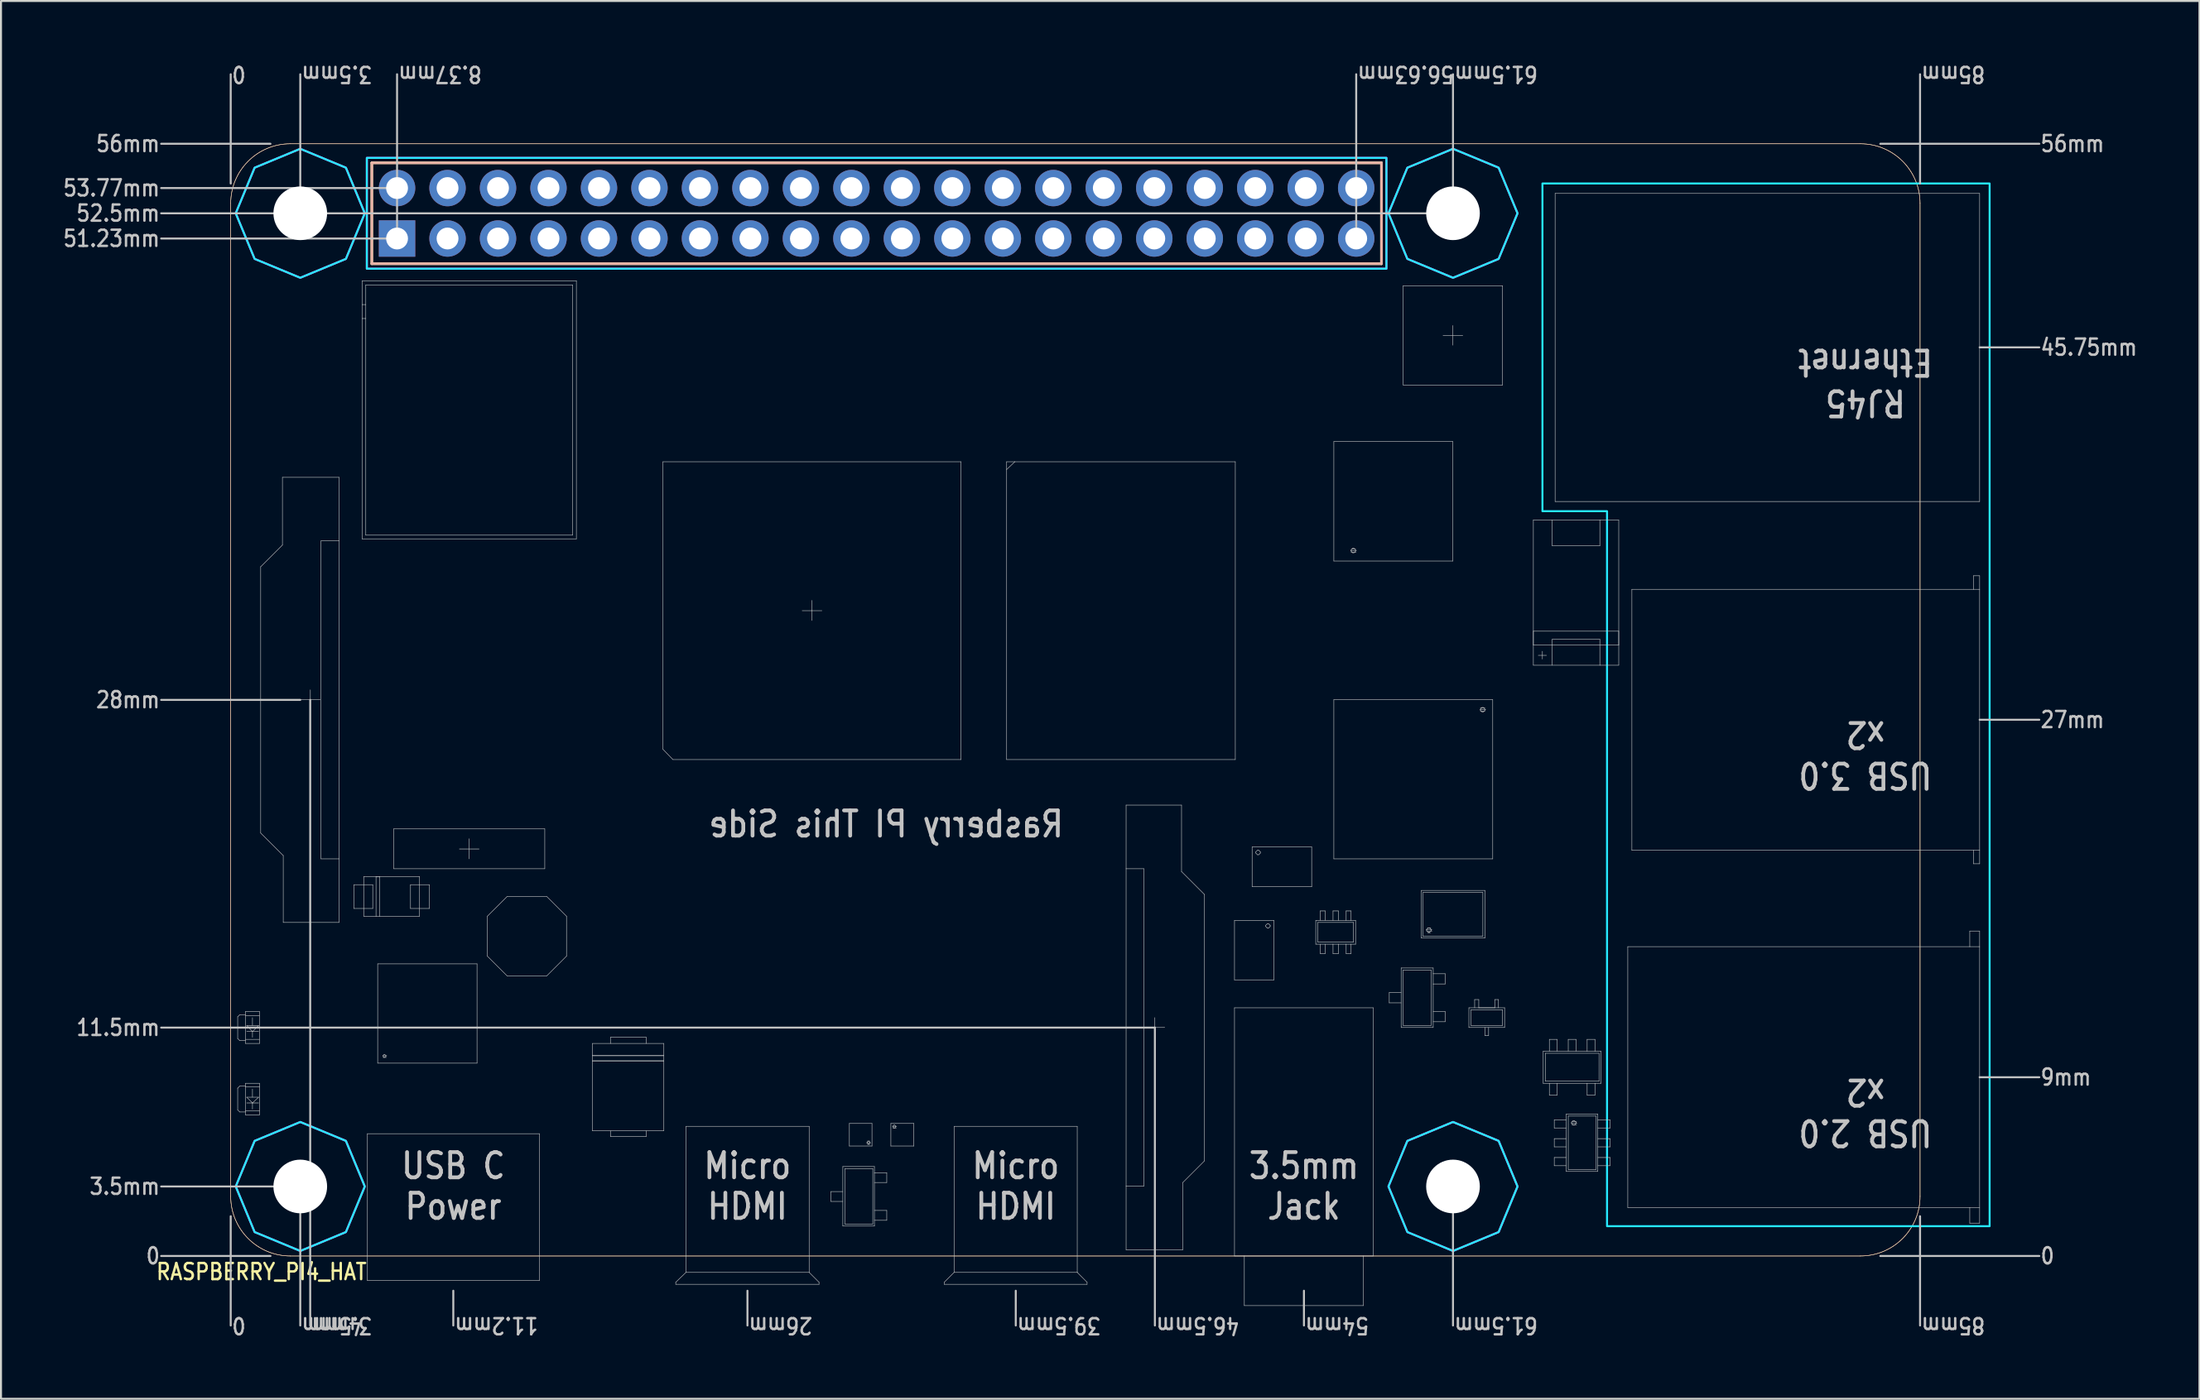
<source format=kicad_pcb>
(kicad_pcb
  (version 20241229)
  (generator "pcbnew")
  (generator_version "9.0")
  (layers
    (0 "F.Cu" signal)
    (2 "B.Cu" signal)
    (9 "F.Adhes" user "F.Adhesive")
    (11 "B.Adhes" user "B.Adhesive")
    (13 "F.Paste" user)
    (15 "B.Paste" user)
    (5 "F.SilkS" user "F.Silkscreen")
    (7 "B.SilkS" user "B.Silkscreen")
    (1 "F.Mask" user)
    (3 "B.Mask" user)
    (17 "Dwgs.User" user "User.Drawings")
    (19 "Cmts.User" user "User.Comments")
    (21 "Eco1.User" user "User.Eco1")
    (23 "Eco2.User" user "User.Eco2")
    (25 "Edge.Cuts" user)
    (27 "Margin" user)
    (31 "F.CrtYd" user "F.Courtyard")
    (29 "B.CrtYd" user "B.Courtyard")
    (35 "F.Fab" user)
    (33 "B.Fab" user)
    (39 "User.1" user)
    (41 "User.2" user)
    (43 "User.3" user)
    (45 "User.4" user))
  (footprint "RASPBERRY_PI4_HAT"
    (layer "F.Cu")
    (at 8.558 60.189)
    (property "Reference" "RASPBERRY_PI4_HAT" (at -3.81 1.27 0) (unlocked yes) (layer "F.SilkS") (effects (font (size 0.813 0.695) (thickness 0.122)) (justify left bottom)))
    (fp_circle (center 3.5 -52.5) (end 5.95 -52.5) (stroke (width 0) (type solid)) (fill yes) (layer "F.Mask"))
    (fp_circle (center 3.5 -52.5) (end 5.95 -52.5) (stroke (width 0) (type solid)) (fill yes) (layer "F.Mask"))
    (fp_circle (center 3.5 -3.5) (end 5.95 -3.5) (stroke (width 0) (type solid)) (fill yes) (layer "F.Mask"))
    (fp_circle (center 3.5 -3.5) (end 5.95 -3.5) (stroke (width 0) (type solid)) (fill yes) (layer "F.Mask"))
    (fp_circle (center 61.5 -52.5) (end 63.95 -52.5) (stroke (width 0) (type solid)) (fill yes) (layer "F.Mask"))
    (fp_circle (center 61.5 -52.5) (end 63.95 -52.5) (stroke (width 0) (type solid)) (fill yes) (layer "F.Mask"))
    (fp_circle (center 61.5 -3.5) (end 63.95 -3.5) (stroke (width 0) (type solid)) (fill yes) (layer "F.Mask"))
    (fp_circle (center 61.5 -3.5) (end 63.95 -3.5) (stroke (width 0) (type solid)) (fill yes) (layer "F.Mask"))
    (fp_circle (center 3.5 -52.5) (end 5.95 -52.5) (stroke (width 0) (type solid)) (fill yes) (layer "B.Mask"))
    (fp_circle (center 3.5 -3.5) (end 5.95 -3.5) (stroke (width 0) (type solid)) (fill yes) (layer "B.Mask"))
    (fp_circle (center 61.5 -52.5) (end 63.95 -52.5) (stroke (width 0) (type solid)) (fill yes) (layer "B.Mask"))
    (fp_circle (center 61.5 -3.5) (end 63.95 -3.5) (stroke (width 0) (type solid)) (fill yes) (layer "B.Mask"))
    (fp_line (start 0 -3) (end 0 -53) (stroke (width 0.025) (type solid)) (layer "F.SilkS"))
    (fp_line (start 3 -56) (end 82 -56) (stroke (width 0.025) (type solid)) (layer "F.SilkS"))
    (fp_line (start 7.1 -55.04) (end 7.1 -49.96) (stroke (width 0.127) (type solid)) (layer "F.SilkS"))
    (fp_line (start 7.1 -49.96) (end 57.9 -49.96) (stroke (width 0.127) (type solid)) (layer "F.SilkS"))
    (fp_line (start 57.9 -55.04) (end 7.1 -55.04) (stroke (width 0.127) (type solid)) (layer "F.SilkS"))
    (fp_line (start 57.9 -49.96) (end 57.9 -55.04) (stroke (width 0.127) (type solid)) (layer "F.SilkS"))
    (fp_line (start 82 0) (end 3 0) (stroke (width 0.025) (type solid)) (layer "F.SilkS"))
    (fp_line (start 85 -53) (end 85 -3) (stroke (width 0.025) (type solid)) (layer "F.SilkS"))
    (fp_arc (start 0 -53) (mid 0.87868 -55.12132) (end 3 -56) (stroke (width 0.025) (type solid)) (layer "F.SilkS"))
    (fp_arc (start 3 0) (mid 0.87868 -0.87868) (end 0 -3) (stroke (width 0.025) (type solid)) (layer "F.SilkS"))
    (fp_arc (start 82 -56) (mid 84.12132 -55.12132) (end 85 -53) (stroke (width 0.025) (type solid)) (layer "F.SilkS"))
    (fp_arc (start 85 -3) (mid 84.12132 -0.87868) (end 82 0) (stroke (width 0.025) (type solid)) (layer "F.SilkS"))
    (fp_line (start 0 -3) (end 0 -53) (stroke (width 0.025) (type solid)) (layer "B.SilkS"))
    (fp_line (start 3 -56) (end 82 -56) (stroke (width 0.025) (type solid)) (layer "B.SilkS"))
    (fp_line (start 7.1 -55.04) (end 7.1 -49.96) (stroke (width 0.127) (type solid)) (layer "B.SilkS"))
    (fp_line (start 7.1 -49.96) (end 57.9 -49.96) (stroke (width 0.127) (type solid)) (layer "B.SilkS"))
    (fp_line (start 57.9 -55.04) (end 7.1 -55.04) (stroke (width 0.127) (type solid)) (layer "B.SilkS"))
    (fp_line (start 57.9 -49.96) (end 57.9 -55.04) (stroke (width 0.127) (type solid)) (layer "B.SilkS"))
    (fp_line (start 82 0) (end 3 0) (stroke (width 0.025) (type solid)) (layer "B.SilkS"))
    (fp_line (start 85 -53) (end 85 -3) (stroke (width 0.025) (type solid)) (layer "B.SilkS"))
    (fp_arc (start 0 -53) (mid 0.87868 -55.12132) (end 3 -56) (stroke (width 0.025) (type solid)) (layer "B.SilkS"))
    (fp_arc (start 3 0) (mid 0.87868 -0.87868) (end 0 -3) (stroke (width 0.025) (type solid)) (layer "B.SilkS"))
    (fp_arc (start 82 -56) (mid 84.12132 -55.12132) (end 85 -53) (stroke (width 0.025) (type solid)) (layer "B.SilkS"))
    (fp_arc (start 85 -3) (mid 84.12132 -0.87868) (end 82 0) (stroke (width 0.025) (type solid)) (layer "B.SilkS"))
    (fp_line (start -3.5 -53.77) (end 8.75 -53.77) (stroke (width 0.1) (type solid)) (layer "Dwgs.User"))
    (fp_line (start -3.5 -51.23) (end 8.75 -51.23) (stroke (width 0.1) (type solid)) (layer "Dwgs.User"))
    (fp_line (start 0 -54) (end 0 -59.5) (stroke (width 0.1) (type solid)) (layer "Dwgs.User"))
    (fp_line (start 0 -2) (end 0 3.5) (stroke (width 0.1) (type solid)) (layer "Dwgs.User"))
    (fp_line (start 0.351 -12.043) (end 0.454 -12.146) (stroke (width 0.025) (type solid)) (layer "Dwgs.User"))
    (fp_line (start 0.351 -10.948) (end 0.351 -12.043) (stroke (width 0.025) (type solid)) (layer "Dwgs.User"))
    (fp_line (start 0.351 -8.449) (end 0.454 -8.552) (stroke (width 0.025) (type solid)) (layer "Dwgs.User"))
    (fp_line (start 0.351 -7.354) (end 0.351 -8.449) (stroke (width 0.025) (type solid)) (layer "Dwgs.User"))
    (fp_line (start 0.454 -12.146) (end 0.744 -12.146) (stroke (width 0.025) (type solid)) (layer "Dwgs.User"))
    (fp_line (start 0.454 -10.845) (end 0.351 -10.948) (stroke (width 0.025) (type solid)) (layer "Dwgs.User"))
    (fp_line (start 0.454 -8.552) (end 0.744 -8.552) (stroke (width 0.025) (type solid)) (layer "Dwgs.User"))
    (fp_line (start 0.454 -7.251) (end 0.351 -7.354) (stroke (width 0.025) (type solid)) (layer "Dwgs.User"))
    (fp_line (start 0.744 -12.311) (end 0.744 -10.7) (stroke (width 0.025) (type solid)) (layer "Dwgs.User"))
    (fp_line (start 0.744 -12.105) (end 1.446 -12.105) (stroke (width 0.025) (type solid)) (layer "Dwgs.User"))
    (fp_line (start 0.744 -10.907) (end 1.446 -10.907) (stroke (width 0.025) (type solid)) (layer "Dwgs.User"))
    (fp_line (start 0.744 -10.845) (end 0.454 -10.845) (stroke (width 0.025) (type solid)) (layer "Dwgs.User"))
    (fp_line (start 0.744 -10.7) (end 1.446 -10.7) (stroke (width 0.025) (type solid)) (layer "Dwgs.User"))
    (fp_line (start 0.744 -8.696) (end 0.744 -8.511) (stroke (width 0.025) (type solid)) (layer "Dwgs.User"))
    (fp_line (start 0.744 -8.511) (end 0.744 -7.312) (stroke (width 0.025) (type solid)) (layer "Dwgs.User"))
    (fp_line (start 0.744 -8.511) (end 1.446 -8.511) (stroke (width 0.025) (type solid)) (layer "Dwgs.User"))
    (fp_line (start 0.744 -7.312) (end 0.744 -7.106) (stroke (width 0.025) (type solid)) (layer "Dwgs.User"))
    (fp_line (start 0.744 -7.312) (end 1.446 -7.312) (stroke (width 0.025) (type solid)) (layer "Dwgs.User"))
    (fp_line (start 0.744 -7.251) (end 0.454 -7.251) (stroke (width 0.025) (type solid)) (layer "Dwgs.User"))
    (fp_line (start 0.744 -7.106) (end 1.446 -7.106) (stroke (width 0.025) (type solid)) (layer "Dwgs.User"))
    (fp_line (start 0.805 -11.609) (end 1.405 -11.609) (stroke (width 0.025) (type solid)) (layer "Dwgs.User"))
    (fp_line (start 0.805 -7.994) (end 1.405 -7.994) (stroke (width 0.025) (type solid)) (layer "Dwgs.User"))
    (fp_line (start 1.095 -12.002) (end 1.095 -11.609) (stroke (width 0.025) (type solid)) (layer "Dwgs.User"))
    (fp_line (start 1.095 -11.299) (end 0.805 -11.609) (stroke (width 0.025) (type solid)) (layer "Dwgs.User"))
    (fp_line (start 1.095 -11.299) (end 0.805 -11.299) (stroke (width 0.025) (type solid)) (layer "Dwgs.User"))
    (fp_line (start 1.095 -11.01) (end 1.095 -11.299) (stroke (width 0.025) (type solid)) (layer "Dwgs.User"))
    (fp_line (start 1.095 -8.407) (end 1.095 -7.994) (stroke (width 0.025) (type solid)) (layer "Dwgs.User"))
    (fp_line (start 1.095 -7.705) (end 0.805 -7.994) (stroke (width 0.025) (type solid)) (layer "Dwgs.User"))
    (fp_line (start 1.095 -7.705) (end 0.805 -7.705) (stroke (width 0.025) (type solid)) (layer "Dwgs.User"))
    (fp_line (start 1.095 -7.395) (end 1.095 -7.705) (stroke (width 0.025) (type solid)) (layer "Dwgs.User"))
    (fp_line (start 1.405 -11.609) (end 1.095 -11.299) (stroke (width 0.025) (type solid)) (layer "Dwgs.User"))
    (fp_line (start 1.405 -11.299) (end 1.095 -11.299) (stroke (width 0.025) (type solid)) (layer "Dwgs.User"))
    (fp_line (start 1.405 -7.994) (end 1.095 -7.705) (stroke (width 0.025) (type solid)) (layer "Dwgs.User"))
    (fp_line (start 1.405 -7.705) (end 1.095 -7.705) (stroke (width 0.025) (type solid)) (layer "Dwgs.User"))
    (fp_line (start 1.446 -12.311) (end 0.744 -12.311) (stroke (width 0.025) (type solid)) (layer "Dwgs.User"))
    (fp_line (start 1.446 -10.7) (end 1.446 -12.311) (stroke (width 0.025) (type solid)) (layer "Dwgs.User"))
    (fp_line (start 1.446 -8.696) (end 0.744 -8.696) (stroke (width 0.025) (type solid)) (layer "Dwgs.User"))
    (fp_line (start 1.446 -8.511) (end 1.446 -8.696) (stroke (width 0.025) (type solid)) (layer "Dwgs.User"))
    (fp_line (start 1.446 -7.312) (end 1.446 -8.511) (stroke (width 0.025) (type solid)) (layer "Dwgs.User"))
    (fp_line (start 1.446 -7.106) (end 1.446 -7.312) (stroke (width 0.025) (type solid)) (layer "Dwgs.User"))
    (fp_line (start 1.508 -34.703) (end 2.603 -35.798) (stroke (width 0.025) (type solid)) (layer "Dwgs.User"))
    (fp_line (start 1.508 -21.297) (end 1.508 -34.703) (stroke (width 0.025) (type solid)) (layer "Dwgs.User"))
    (fp_line (start 2 -56) (end -3.5 -56) (stroke (width 0.1) (type solid)) (layer "Dwgs.User"))
    (fp_line (start 2 0) (end -3.5 0) (stroke (width 0.1) (type solid)) (layer "Dwgs.User"))
    (fp_line (start 2.603 -39.206) (end 5.453 -39.206) (stroke (width 0.025) (type solid)) (layer "Dwgs.User"))
    (fp_line (start 2.603 -35.798) (end 2.603 -39.206) (stroke (width 0.025) (type solid)) (layer "Dwgs.User"))
    (fp_line (start 2.644 -20.161) (end 1.508 -21.297) (stroke (width 0.025) (type solid)) (layer "Dwgs.User"))
    (fp_line (start 2.644 -16.794) (end 2.644 -20.161) (stroke (width 0.025) (type solid)) (layer "Dwgs.User"))
    (fp_line (start 3.5 -59.5) (end 3.5 -52.5) (stroke (width 0.1) (type solid)) (layer "Dwgs.User"))
    (fp_line (start 3.5 -52.5) (end -3.5 -52.5) (stroke (width 0.1) (type solid)) (layer "Dwgs.User"))
    (fp_line (start 3.5 -28) (end -3.5 -28) (stroke (width 0.1) (type solid)) (layer "Dwgs.User"))
    (fp_line (start 3.5 -3.5) (end -3.5 -3.5) (stroke (width 0.1) (type solid)) (layer "Dwgs.User"))
    (fp_line (start 3.5 -3.5) (end 3.5 3.5) (stroke (width 0.1) (type solid)) (layer "Dwgs.User"))
    (fp_line (start 4 -28) (end 4 3.5) (stroke (width 0.1) (type solid)) (layer "Dwgs.User"))
    (fp_line (start 4.007 -27.494) (end 4.007 -28.506) (stroke (width 0.025) (type solid)) (layer "Dwgs.User"))
    (fp_line (start 4.503 -28.011) (end 3.512 -28.011) (stroke (width 0.025) (type solid)) (layer "Dwgs.User"))
    (fp_line (start 4.545 -36.004) (end 5.453 -36.004) (stroke (width 0.025) (type solid)) (layer "Dwgs.User"))
    (fp_line (start 4.545 -19.996) (end 4.545 -36.004) (stroke (width 0.025) (type solid)) (layer "Dwgs.User"))
    (fp_line (start 5.453 -39.206) (end 5.453 -36.004) (stroke (width 0.025) (type solid)) (layer "Dwgs.User"))
    (fp_line (start 5.453 -36.004) (end 5.453 -19.996) (stroke (width 0.025) (type solid)) (layer "Dwgs.User"))
    (fp_line (start 5.453 -19.996) (end 4.545 -19.996) (stroke (width 0.025) (type solid)) (layer "Dwgs.User"))
    (fp_line (start 5.453 -19.996) (end 5.453 -16.794) (stroke (width 0.025) (type solid)) (layer "Dwgs.User"))
    (fp_line (start 5.453 -16.794) (end 2.644 -16.794) (stroke (width 0.025) (type solid)) (layer "Dwgs.User"))
    (fp_line (start 6.197 -18.694) (end 7.147 -18.694) (stroke (width 0.025) (type solid)) (layer "Dwgs.User"))
    (fp_line (start 6.197 -17.496) (end 6.197 -18.694) (stroke (width 0.025) (type solid)) (layer "Dwgs.User"))
    (fp_line (start 6.61 -49.101) (end 17.393 -49.101) (stroke (width 0.025) (type solid)) (layer "Dwgs.User"))
    (fp_line (start 6.61 -47.903) (end 6.61 -49.101) (stroke (width 0.025) (type solid)) (layer "Dwgs.User"))
    (fp_line (start 6.61 -47.201) (end 6.61 -47.903) (stroke (width 0.025) (type solid)) (layer "Dwgs.User"))
    (fp_line (start 6.61 -36.108) (end 6.61 -47.201) (stroke (width 0.025) (type solid)) (layer "Dwgs.User"))
    (fp_line (start 6.692 -19.107) (end 7.312 -19.107) (stroke (width 0.025) (type solid)) (layer "Dwgs.User"))
    (fp_line (start 6.692 -17.104) (end 6.692 -19.107) (stroke (width 0.025) (type solid)) (layer "Dwgs.User"))
    (fp_line (start 6.796 -48.895) (end 17.207 -48.895) (stroke (width 0.025) (type solid)) (layer "Dwgs.User"))
    (fp_line (start 6.796 -47.903) (end 6.61 -47.903) (stroke (width 0.025) (type solid)) (layer "Dwgs.User"))
    (fp_line (start 6.796 -47.903) (end 6.796 -48.895) (stroke (width 0.025) (type solid)) (layer "Dwgs.User"))
    (fp_line (start 6.796 -47.201) (end 6.61 -47.201) (stroke (width 0.025) (type solid)) (layer "Dwgs.User"))
    (fp_line (start 6.796 -47.201) (end 6.796 -47.903) (stroke (width 0.025) (type solid)) (layer "Dwgs.User"))
    (fp_line (start 6.796 -36.294) (end 6.796 -47.201) (stroke (width 0.025) (type solid)) (layer "Dwgs.User"))
    (fp_line (start 6.879 -6.156) (end 15.534 -6.156) (stroke (width 0.025) (type solid)) (layer "Dwgs.User"))
    (fp_line (start 6.879 1.239) (end 6.879 -6.156) (stroke (width 0.025) (type solid)) (layer "Dwgs.User"))
    (fp_line (start 7.147 -18.694) (end 7.147 -17.496) (stroke (width 0.025) (type solid)) (layer "Dwgs.User"))
    (fp_line (start 7.147 -17.496) (end 6.197 -17.496) (stroke (width 0.025) (type solid)) (layer "Dwgs.User"))
    (fp_line (start 7.312 -19.107) (end 7.498 -19.107) (stroke (width 0.025) (type solid)) (layer "Dwgs.User"))
    (fp_line (start 7.312 -19.087) (end 7.498 -19.087) (stroke (width 0.025) (type solid)) (layer "Dwgs.User"))
    (fp_line (start 7.312 -17.104) (end 6.692 -17.104) (stroke (width 0.025) (type solid)) (layer "Dwgs.User"))
    (fp_line (start 7.312 -17.104) (end 7.312 -19.107) (stroke (width 0.025) (type solid)) (layer "Dwgs.User"))
    (fp_line (start 7.395 -14.708) (end 7.395 -9.709) (stroke (width 0.025) (type solid)) (layer "Dwgs.User"))
    (fp_line (start 7.395 -9.709) (end 12.394 -9.709) (stroke (width 0.025) (type solid)) (layer "Dwgs.User"))
    (fp_line (start 7.498 -19.107) (end 7.498 -17.104) (stroke (width 0.025) (type solid)) (layer "Dwgs.User"))
    (fp_line (start 7.498 -19.107) (end 9.502 -19.107) (stroke (width 0.025) (type solid)) (layer "Dwgs.User"))
    (fp_line (start 7.498 -17.104) (end 7.312 -17.104) (stroke (width 0.025) (type solid)) (layer "Dwgs.User"))
    (fp_line (start 7.663 -10.088) (end 7.663 -10.053) (stroke (width 0.025) (type solid)) (layer "Dwgs.User"))
    (fp_line (start 7.663 -10.081) (end 7.85 -10.081) (stroke (width 0.025) (type solid)) (layer "Dwgs.User"))
    (fp_line (start 7.663 -10.053) (end 7.718 -9.998) (stroke (width 0.025) (type solid)) (layer "Dwgs.User"))
    (fp_line (start 7.663 -9.998) (end 7.718 -9.998) (stroke (width 0.025) (type solid)) (layer "Dwgs.User"))
    (fp_line (start 7.718 -10.143) (end 7.663 -10.088) (stroke (width 0.025) (type solid)) (layer "Dwgs.User"))
    (fp_line (start 7.718 -9.998) (end 7.754 -9.998) (stroke (width 0.025) (type solid)) (layer "Dwgs.User"))
    (fp_line (start 7.754 -10.143) (end 7.718 -10.143) (stroke (width 0.025) (type solid)) (layer "Dwgs.User"))
    (fp_line (start 7.754 -9.998) (end 7.808 -10.053) (stroke (width 0.025) (type solid)) (layer "Dwgs.User"))
    (fp_line (start 7.754 -9.998) (end 7.829 -9.998) (stroke (width 0.025) (type solid)) (layer "Dwgs.User"))
    (fp_line (start 7.808 -10.088) (end 7.754 -10.143) (stroke (width 0.025) (type solid)) (layer "Dwgs.User"))
    (fp_line (start 7.808 -10.053) (end 7.808 -10.088) (stroke (width 0.025) (type solid)) (layer "Dwgs.User"))
    (fp_line (start 8.201 -21.504) (end 8.201 -19.5) (stroke (width 0.025) (type solid)) (layer "Dwgs.User"))
    (fp_line (start 8.201 -19.5) (end 15.802 -19.5) (stroke (width 0.025) (type solid)) (layer "Dwgs.User"))
    (fp_line (start 8.37 -51.23) (end 8.37 -59.5) (stroke (width 0.1) (type solid)) (layer "Dwgs.User"))
    (fp_line (start 9.047 -18.694) (end 9.047 -17.496) (stroke (width 0.025) (type solid)) (layer "Dwgs.User"))
    (fp_line (start 9.047 -17.496) (end 9.998 -17.496) (stroke (width 0.025) (type solid)) (layer "Dwgs.User"))
    (fp_line (start 9.502 -19.107) (end 9.502 -17.104) (stroke (width 0.025) (type solid)) (layer "Dwgs.User"))
    (fp_line (start 9.502 -17.104) (end 7.498 -17.104) (stroke (width 0.025) (type solid)) (layer "Dwgs.User"))
    (fp_line (start 9.998 -18.694) (end 9.047 -18.694) (stroke (width 0.025) (type solid)) (layer "Dwgs.User"))
    (fp_line (start 9.998 -17.496) (end 9.998 -18.694) (stroke (width 0.025) (type solid)) (layer "Dwgs.User"))
    (fp_line (start 11.2 1.75) (end 11.2 3.5) (stroke (width 0.1) (type solid)) (layer "Dwgs.User"))
    (fp_line (start 12.001 -19.996) (end 12.001 -21.008) (stroke (width 0.025) (type solid)) (layer "Dwgs.User"))
    (fp_line (start 12.394 -14.708) (end 7.395 -14.708) (stroke (width 0.025) (type solid)) (layer "Dwgs.User"))
    (fp_line (start 12.394 -9.709) (end 12.394 -14.708) (stroke (width 0.025) (type solid)) (layer "Dwgs.User"))
    (fp_line (start 12.497 -20.492) (end 11.506 -20.492) (stroke (width 0.025) (type solid)) (layer "Dwgs.User"))
    (fp_line (start 12.91 -17.104) (end 12.91 -15.1) (stroke (width 0.025) (type solid)) (layer "Dwgs.User"))
    (fp_line (start 12.91 -15.1) (end 13.902 -14.109) (stroke (width 0.025) (type solid)) (layer "Dwgs.User"))
    (fp_line (start 13.902 -18.095) (end 12.91 -17.104) (stroke (width 0.025) (type solid)) (layer "Dwgs.User"))
    (fp_line (start 13.902 -14.109) (end 15.906 -14.109) (stroke (width 0.025) (type solid)) (layer "Dwgs.User"))
    (fp_line (start 15.534 -6.156) (end 15.534 1.239) (stroke (width 0.025) (type solid)) (layer "Dwgs.User"))
    (fp_line (start 15.534 1.239) (end 6.879 1.239) (stroke (width 0.025) (type solid)) (layer "Dwgs.User"))
    (fp_line (start 15.802 -21.504) (end 8.201 -21.504) (stroke (width 0.025) (type solid)) (layer "Dwgs.User"))
    (fp_line (start 15.802 -19.5) (end 15.802 -21.504) (stroke (width 0.025) (type solid)) (layer "Dwgs.User"))
    (fp_line (start 15.906 -18.095) (end 13.902 -18.095) (stroke (width 0.025) (type solid)) (layer "Dwgs.User"))
    (fp_line (start 15.906 -14.109) (end 16.897 -15.1) (stroke (width 0.025) (type solid)) (layer "Dwgs.User"))
    (fp_line (start 16.897 -17.104) (end 15.906 -18.095) (stroke (width 0.025) (type solid)) (layer "Dwgs.User"))
    (fp_line (start 16.897 -15.1) (end 16.897 -17.104) (stroke (width 0.025) (type solid)) (layer "Dwgs.User"))
    (fp_line (start 17.207 -48.895) (end 17.207 -36.294) (stroke (width 0.025) (type solid)) (layer "Dwgs.User"))
    (fp_line (start 17.207 -36.294) (end 6.796 -36.294) (stroke (width 0.025) (type solid)) (layer "Dwgs.User"))
    (fp_line (start 17.393 -49.101) (end 17.393 -36.108) (stroke (width 0.025) (type solid)) (layer "Dwgs.User"))
    (fp_line (start 17.393 -36.108) (end 6.61 -36.108) (stroke (width 0.025) (type solid)) (layer "Dwgs.User"))
    (fp_line (start 18.198 -10.7) (end 18.198 -10.101) (stroke (width 0.025) (type solid)) (layer "Dwgs.User"))
    (fp_line (start 18.198 -10.101) (end 21.793 -10.101) (stroke (width 0.025) (type solid)) (layer "Dwgs.User"))
    (fp_line (start 18.198 -10.081) (end 21.793 -10.081) (stroke (width 0.025) (type solid)) (layer "Dwgs.User"))
    (fp_line (start 18.198 -9.833) (end 21.793 -9.833) (stroke (width 0.025) (type solid)) (layer "Dwgs.User"))
    (fp_line (start 18.198 -9.812) (end 18.198 -10.101) (stroke (width 0.025) (type solid)) (layer "Dwgs.User"))
    (fp_line (start 18.198 -9.812) (end 18.198 -6.3) (stroke (width 0.025) (type solid)) (layer "Dwgs.User"))
    (fp_line (start 18.198 -6.3) (end 21.793 -6.3) (stroke (width 0.025) (type solid)) (layer "Dwgs.User"))
    (fp_line (start 19.107 -11.01) (end 20.905 -11.01) (stroke (width 0.025) (type solid)) (layer "Dwgs.User"))
    (fp_line (start 19.107 -10.7) (end 19.107 -11.01) (stroke (width 0.025) (type solid)) (layer "Dwgs.User"))
    (fp_line (start 19.107 -6.3) (end 19.107 -6.011) (stroke (width 0.025) (type solid)) (layer "Dwgs.User"))
    (fp_line (start 19.107 -6.011) (end 20.905 -6.011) (stroke (width 0.025) (type solid)) (layer "Dwgs.User"))
    (fp_line (start 20.905 -10.7) (end 20.905 -11.01) (stroke (width 0.025) (type solid)) (layer "Dwgs.User"))
    (fp_line (start 20.905 -6.3) (end 20.905 -6.011) (stroke (width 0.025) (type solid)) (layer "Dwgs.User"))
    (fp_line (start 21.751 -39.991) (end 21.751 -25.511) (stroke (width 0.025) (type solid)) (layer "Dwgs.User"))
    (fp_line (start 21.751 -25.511) (end 22.247 -24.995) (stroke (width 0.025) (type solid)) (layer "Dwgs.User"))
    (fp_line (start 21.793 -10.7) (end 18.198 -10.7) (stroke (width 0.025) (type solid)) (layer "Dwgs.User"))
    (fp_line (start 21.793 -10.7) (end 21.793 -10.101) (stroke (width 0.025) (type solid)) (layer "Dwgs.User"))
    (fp_line (start 21.793 -10.101) (end 21.793 -9.812) (stroke (width 0.025) (type solid)) (layer "Dwgs.User"))
    (fp_line (start 21.793 -9.812) (end 18.198 -9.812) (stroke (width 0.025) (type solid)) (layer "Dwgs.User"))
    (fp_line (start 21.793 -9.812) (end 21.793 -6.3) (stroke (width 0.025) (type solid)) (layer "Dwgs.User"))
    (fp_line (start 22.247 -24.995) (end 36.748 -24.995) (stroke (width 0.025) (type solid)) (layer "Dwgs.User"))
    (fp_line (start 22.392 1.322) (end 22.392 1.425) (stroke (width 0.025) (type solid)) (layer "Dwgs.User"))
    (fp_line (start 22.392 1.425) (end 29.601 1.425) (stroke (width 0.025) (type solid)) (layer "Dwgs.User"))
    (fp_line (start 22.908 -6.528) (end 29.105 -6.528) (stroke (width 0.025) (type solid)) (layer "Dwgs.User"))
    (fp_line (start 22.908 0.826) (end 22.392 1.322) (stroke (width 0.025) (type solid)) (layer "Dwgs.User"))
    (fp_line (start 22.908 0.826) (end 22.908 -6.528) (stroke (width 0.025) (type solid)) (layer "Dwgs.User"))
    (fp_line (start 26 1.75) (end 26 3.5) (stroke (width 0.1) (type solid)) (layer "Dwgs.User"))
    (fp_line (start 29.105 -6.528) (end 29.105 0.826) (stroke (width 0.025) (type solid)) (layer "Dwgs.User"))
    (fp_line (start 29.105 0.826) (end 22.908 0.826) (stroke (width 0.025) (type solid)) (layer "Dwgs.User"))
    (fp_line (start 29.25 -33.009) (end 29.25 -32.493) (stroke (width 0.025) (type solid)) (layer "Dwgs.User"))
    (fp_line (start 29.25 -32.493) (end 28.754 -32.493) (stroke (width 0.025) (type solid)) (layer "Dwgs.User"))
    (fp_line (start 29.25 -32.493) (end 29.25 -31.998) (stroke (width 0.025) (type solid)) (layer "Dwgs.User"))
    (fp_line (start 29.601 1.322) (end 29.105 0.826) (stroke (width 0.025) (type solid)) (layer "Dwgs.User"))
    (fp_line (start 29.601 1.425) (end 29.601 1.322) (stroke (width 0.025) (type solid)) (layer "Dwgs.User"))
    (fp_line (start 29.745 -32.493) (end 29.25 -32.493) (stroke (width 0.025) (type solid)) (layer "Dwgs.User"))
    (fp_line (start 30.2 -3.243) (end 30.799 -3.243) (stroke (width 0.025) (type solid)) (layer "Dwgs.User"))
    (fp_line (start 30.2 -2.747) (end 30.2 -3.243) (stroke (width 0.025) (type solid)) (layer "Dwgs.User"))
    (fp_line (start 30.799 -4.503) (end 30.799 -1.508) (stroke (width 0.025) (type solid)) (layer "Dwgs.User"))
    (fp_line (start 30.799 -2.747) (end 30.2 -2.747) (stroke (width 0.025) (type solid)) (layer "Dwgs.User"))
    (fp_line (start 30.799 -1.508) (end 32.389 -1.508) (stroke (width 0.025) (type solid)) (layer "Dwgs.User"))
    (fp_line (start 30.902 -4.4) (end 30.902 -1.611) (stroke (width 0.025) (type solid)) (layer "Dwgs.User"))
    (fp_line (start 30.902 -1.611) (end 32.307 -1.611) (stroke (width 0.025) (type solid)) (layer "Dwgs.User"))
    (fp_line (start 31.129 -6.672) (end 32.266 -6.672) (stroke (width 0.025) (type solid)) (layer "Dwgs.User"))
    (fp_line (start 31.129 -5.536) (end 31.129 -6.672) (stroke (width 0.025) (type solid)) (layer "Dwgs.User"))
    (fp_line (start 31.997 -5.701) (end 32.204 -5.701) (stroke (width 0.025) (type solid)) (layer "Dwgs.User"))
    (fp_line (start 32.018 -5.73) (end 32.018 -5.694) (stroke (width 0.025) (type solid)) (layer "Dwgs.User"))
    (fp_line (start 32.018 -5.694) (end 32.072 -5.639) (stroke (width 0.025) (type solid)) (layer "Dwgs.User"))
    (fp_line (start 32.038 -5.784) (end 32.072 -5.784) (stroke (width 0.025) (type solid)) (layer "Dwgs.User"))
    (fp_line (start 32.038 -5.619) (end 32.162 -5.619) (stroke (width 0.025) (type solid)) (layer "Dwgs.User"))
    (fp_line (start 32.072 -5.784) (end 32.018 -5.73) (stroke (width 0.025) (type solid)) (layer "Dwgs.User"))
    (fp_line (start 32.072 -5.639) (end 32.108 -5.639) (stroke (width 0.025) (type solid)) (layer "Dwgs.User"))
    (fp_line (start 32.108 -5.784) (end 32.072 -5.784) (stroke (width 0.025) (type solid)) (layer "Dwgs.User"))
    (fp_line (start 32.108 -5.784) (end 32.162 -5.784) (stroke (width 0.025) (type solid)) (layer "Dwgs.User"))
    (fp_line (start 32.108 -5.639) (end 32.162 -5.694) (stroke (width 0.025) (type solid)) (layer "Dwgs.User"))
    (fp_line (start 32.162 -5.73) (end 32.108 -5.784) (stroke (width 0.025) (type solid)) (layer "Dwgs.User"))
    (fp_line (start 32.162 -5.694) (end 32.162 -5.73) (stroke (width 0.025) (type solid)) (layer "Dwgs.User"))
    (fp_line (start 32.266 -6.672) (end 32.266 -5.536) (stroke (width 0.025) (type solid)) (layer "Dwgs.User"))
    (fp_line (start 32.266 -5.536) (end 31.129 -5.536) (stroke (width 0.025) (type solid)) (layer "Dwgs.User"))
    (fp_line (start 32.307 -4.4) (end 30.902 -4.4) (stroke (width 0.025) (type solid)) (layer "Dwgs.User"))
    (fp_line (start 32.307 -1.611) (end 32.307 -4.4) (stroke (width 0.025) (type solid)) (layer "Dwgs.User"))
    (fp_line (start 32.389 -4.503) (end 30.799 -4.503) (stroke (width 0.025) (type solid)) (layer "Dwgs.User"))
    (fp_line (start 32.389 -4.193) (end 32.389 -4.503) (stroke (width 0.025) (type solid)) (layer "Dwgs.User"))
    (fp_line (start 32.389 -3.698) (end 33.009 -3.698) (stroke (width 0.025) (type solid)) (layer "Dwgs.User"))
    (fp_line (start 32.389 -1.797) (end 33.009 -1.797) (stroke (width 0.025) (type solid)) (layer "Dwgs.User"))
    (fp_line (start 32.389 -1.508) (end 32.389 -4.193) (stroke (width 0.025) (type solid)) (layer "Dwgs.User"))
    (fp_line (start 33.009 -4.193) (end 32.389 -4.193) (stroke (width 0.025) (type solid)) (layer "Dwgs.User"))
    (fp_line (start 33.009 -4.193) (end 33.009 -3.698) (stroke (width 0.025) (type solid)) (layer "Dwgs.User"))
    (fp_line (start 33.009 -2.293) (end 32.389 -2.293) (stroke (width 0.025) (type solid)) (layer "Dwgs.User"))
    (fp_line (start 33.009 -2.293) (end 33.009 -1.797) (stroke (width 0.025) (type solid)) (layer "Dwgs.User"))
    (fp_line (start 33.216 -6.672) (end 34.372 -6.672) (stroke (width 0.025) (type solid)) (layer "Dwgs.User"))
    (fp_line (start 33.216 -5.536) (end 33.216 -6.672) (stroke (width 0.025) (type solid)) (layer "Dwgs.User"))
    (fp_line (start 33.299 -6.528) (end 33.505 -6.528) (stroke (width 0.025) (type solid)) (layer "Dwgs.User"))
    (fp_line (start 33.319 -6.535) (end 33.319 -6.5) (stroke (width 0.025) (type solid)) (layer "Dwgs.User"))
    (fp_line (start 33.319 -6.5) (end 33.373 -6.445) (stroke (width 0.025) (type solid)) (layer "Dwgs.User"))
    (fp_line (start 33.319 -6.445) (end 33.373 -6.445) (stroke (width 0.025) (type solid)) (layer "Dwgs.User"))
    (fp_line (start 33.373 -6.59) (end 33.319 -6.535) (stroke (width 0.025) (type solid)) (layer "Dwgs.User"))
    (fp_line (start 33.373 -6.445) (end 33.409 -6.445) (stroke (width 0.025) (type solid)) (layer "Dwgs.User"))
    (fp_line (start 33.409 -6.59) (end 33.373 -6.59) (stroke (width 0.025) (type solid)) (layer "Dwgs.User"))
    (fp_line (start 33.409 -6.445) (end 33.464 -6.5) (stroke (width 0.025) (type solid)) (layer "Dwgs.User"))
    (fp_line (start 33.409 -6.445) (end 33.484 -6.445) (stroke (width 0.025) (type solid)) (layer "Dwgs.User"))
    (fp_line (start 33.464 -6.535) (end 33.409 -6.59) (stroke (width 0.025) (type solid)) (layer "Dwgs.User"))
    (fp_line (start 33.464 -6.5) (end 33.464 -6.535) (stroke (width 0.025) (type solid)) (layer "Dwgs.User"))
    (fp_line (start 34.372 -6.672) (end 34.372 -5.536) (stroke (width 0.025) (type solid)) (layer "Dwgs.User"))
    (fp_line (start 34.372 -5.536) (end 33.216 -5.536) (stroke (width 0.025) (type solid)) (layer "Dwgs.User"))
    (fp_line (start 35.901 1.322) (end 36.397 0.826) (stroke (width 0.025) (type solid)) (layer "Dwgs.User"))
    (fp_line (start 35.901 1.425) (end 35.901 1.322) (stroke (width 0.025) (type solid)) (layer "Dwgs.User"))
    (fp_line (start 36.397 -6.528) (end 36.397 0.826) (stroke (width 0.025) (type solid)) (layer "Dwgs.User"))
    (fp_line (start 36.397 0.826) (end 42.594 0.826) (stroke (width 0.025) (type solid)) (layer "Dwgs.User"))
    (fp_line (start 36.748 -39.991) (end 21.751 -39.991) (stroke (width 0.025) (type solid)) (layer "Dwgs.User"))
    (fp_line (start 36.748 -39.991) (end 36.748 -24.995) (stroke (width 0.025) (type solid)) (layer "Dwgs.User"))
    (fp_line (start 39.041 -39.991) (end 39.454 -39.991) (stroke (width 0.025) (type solid)) (layer "Dwgs.User"))
    (fp_line (start 39.041 -39.599) (end 39.041 -39.991) (stroke (width 0.025) (type solid)) (layer "Dwgs.User"))
    (fp_line (start 39.041 -24.995) (end 39.041 -39.599) (stroke (width 0.025) (type solid)) (layer "Dwgs.User"))
    (fp_line (start 39.454 -39.991) (end 39.041 -39.599) (stroke (width 0.025) (type solid)) (layer "Dwgs.User"))
    (fp_line (start 39.454 -39.991) (end 50.547 -39.991) (stroke (width 0.025) (type solid)) (layer "Dwgs.User"))
    (fp_line (start 39.5 1.75) (end 39.5 3.5) (stroke (width 0.1) (type solid)) (layer "Dwgs.User"))
    (fp_line (start 42.594 -6.528) (end 36.397 -6.528) (stroke (width 0.025) (type solid)) (layer "Dwgs.User"))
    (fp_line (start 42.594 0.826) (end 42.594 -6.528) (stroke (width 0.025) (type solid)) (layer "Dwgs.User"))
    (fp_line (start 42.594 0.826) (end 43.089 1.322) (stroke (width 0.025) (type solid)) (layer "Dwgs.User"))
    (fp_line (start 43.089 1.322) (end 43.089 1.425) (stroke (width 0.025) (type solid)) (layer "Dwgs.User"))
    (fp_line (start 43.089 1.425) (end 35.901 1.425) (stroke (width 0.025) (type solid)) (layer "Dwgs.User"))
    (fp_line (start 45.052 -22.702) (end 47.841 -22.702) (stroke (width 0.025) (type solid)) (layer "Dwgs.User"))
    (fp_line (start 45.052 -19.5) (end 45.052 -22.702) (stroke (width 0.025) (type solid)) (layer "Dwgs.User"))
    (fp_line (start 45.052 -19.5) (end 45.94 -19.5) (stroke (width 0.025) (type solid)) (layer "Dwgs.User"))
    (fp_line (start 45.052 -3.512) (end 45.052 -19.5) (stroke (width 0.025) (type solid)) (layer "Dwgs.User"))
    (fp_line (start 45.052 -0.31) (end 45.052 -3.512) (stroke (width 0.025) (type solid)) (layer "Dwgs.User"))
    (fp_line (start 45.94 -19.5) (end 45.94 -3.512) (stroke (width 0.025) (type solid)) (layer "Dwgs.User"))
    (fp_line (start 45.94 -3.512) (end 45.052 -3.512) (stroke (width 0.025) (type solid)) (layer "Dwgs.User"))
    (fp_line (start 46.498 -11.01) (end 46.498 -12.002) (stroke (width 0.025) (type solid)) (layer "Dwgs.User"))
    (fp_line (start 46.5 -11.5) (end -3.5 -11.5) (stroke (width 0.1) (type solid)) (layer "Dwgs.User"))
    (fp_line (start 46.5 -11.5) (end 46.5 3.5) (stroke (width 0.1) (type solid)) (layer "Dwgs.User"))
    (fp_line (start 46.994 -11.506) (end 46.002 -11.506) (stroke (width 0.025) (type solid)) (layer "Dwgs.User"))
    (fp_line (start 47.841 -22.702) (end 47.841 -19.355) (stroke (width 0.025) (type solid)) (layer "Dwgs.User"))
    (fp_line (start 47.841 -19.355) (end 48.997 -18.199) (stroke (width 0.025) (type solid)) (layer "Dwgs.User"))
    (fp_line (start 47.903 -3.698) (end 47.903 -0.31) (stroke (width 0.025) (type solid)) (layer "Dwgs.User"))
    (fp_line (start 47.903 -0.31) (end 45.052 -0.31) (stroke (width 0.025) (type solid)) (layer "Dwgs.User"))
    (fp_line (start 48.997 -18.199) (end 48.997 -4.792) (stroke (width 0.025) (type solid)) (layer "Dwgs.User"))
    (fp_line (start 48.997 -4.792) (end 47.903 -3.698) (stroke (width 0.025) (type solid)) (layer "Dwgs.User"))
    (fp_line (start 50.506 -16.897) (end 52.488 -16.897) (stroke (width 0.025) (type solid)) (layer "Dwgs.User"))
    (fp_line (start 50.506 -13.902) (end 50.506 -16.897) (stroke (width 0.025) (type solid)) (layer "Dwgs.User"))
    (fp_line (start 50.506 -12.497) (end 57.487 -12.497) (stroke (width 0.025) (type solid)) (layer "Dwgs.User"))
    (fp_line (start 50.506 0) (end 50.506 -12.497) (stroke (width 0.025) (type solid)) (layer "Dwgs.User"))
    (fp_line (start 50.547 -39.991) (end 50.547 -24.995) (stroke (width 0.025) (type solid)) (layer "Dwgs.User"))
    (fp_line (start 50.547 -24.995) (end 39.041 -24.995) (stroke (width 0.025) (type solid)) (layer "Dwgs.User"))
    (fp_line (start 51.001 0) (end 50.506 0) (stroke (width 0.025) (type solid)) (layer "Dwgs.User"))
    (fp_line (start 51.001 0) (end 56.992 0) (stroke (width 0.025) (type solid)) (layer "Dwgs.User"))
    (fp_line (start 51.001 2.499) (end 51.001 0) (stroke (width 0.025) (type solid)) (layer "Dwgs.User"))
    (fp_line (start 51.393 -20.595) (end 54.389 -20.595) (stroke (width 0.025) (type solid)) (layer "Dwgs.User"))
    (fp_line (start 51.393 -18.591) (end 51.393 -20.595) (stroke (width 0.025) (type solid)) (layer "Dwgs.User"))
    (fp_line (start 51.579 -20.345) (end 51.579 -20.287) (stroke (width 0.025) (type solid)) (layer "Dwgs.User"))
    (fp_line (start 51.579 -20.287) (end 51.664 -20.202) (stroke (width 0.025) (type solid)) (layer "Dwgs.User"))
    (fp_line (start 51.664 -20.429) (end 51.579 -20.345) (stroke (width 0.025) (type solid)) (layer "Dwgs.User"))
    (fp_line (start 51.664 -20.202) (end 51.721 -20.202) (stroke (width 0.025) (type solid)) (layer "Dwgs.User"))
    (fp_line (start 51.721 -20.429) (end 51.664 -20.429) (stroke (width 0.025) (type solid)) (layer "Dwgs.User"))
    (fp_line (start 51.721 -20.202) (end 51.807 -20.287) (stroke (width 0.025) (type solid)) (layer "Dwgs.User"))
    (fp_line (start 51.807 -20.345) (end 51.721 -20.429) (stroke (width 0.025) (type solid)) (layer "Dwgs.User"))
    (fp_line (start 51.807 -20.287) (end 51.807 -20.345) (stroke (width 0.025) (type solid)) (layer "Dwgs.User"))
    (fp_line (start 52.075 -16.648) (end 52.075 -16.591) (stroke (width 0.025) (type solid)) (layer "Dwgs.User"))
    (fp_line (start 52.075 -16.591) (end 52.16 -16.505) (stroke (width 0.025) (type solid)) (layer "Dwgs.User"))
    (fp_line (start 52.16 -16.732) (end 52.075 -16.648) (stroke (width 0.025) (type solid)) (layer "Dwgs.User"))
    (fp_line (start 52.16 -16.505) (end 52.217 -16.505) (stroke (width 0.025) (type solid)) (layer "Dwgs.User"))
    (fp_line (start 52.217 -16.732) (end 52.16 -16.732) (stroke (width 0.025) (type solid)) (layer "Dwgs.User"))
    (fp_line (start 52.217 -16.505) (end 52.302 -16.591) (stroke (width 0.025) (type solid)) (layer "Dwgs.User"))
    (fp_line (start 52.302 -16.648) (end 52.217 -16.732) (stroke (width 0.025) (type solid)) (layer "Dwgs.User"))
    (fp_line (start 52.302 -16.591) (end 52.302 -16.648) (stroke (width 0.025) (type solid)) (layer "Dwgs.User"))
    (fp_line (start 52.488 -16.897) (end 52.488 -13.902) (stroke (width 0.025) (type solid)) (layer "Dwgs.User"))
    (fp_line (start 52.488 -13.902) (end 50.506 -13.902) (stroke (width 0.025) (type solid)) (layer "Dwgs.User"))
    (fp_line (start 54 1.75) (end 54 3.5) (stroke (width 0.1) (type solid)) (layer "Dwgs.User"))
    (fp_line (start 54.389 -20.595) (end 54.389 -18.591) (stroke (width 0.025) (type solid)) (layer "Dwgs.User"))
    (fp_line (start 54.389 -18.591) (end 51.393 -18.591) (stroke (width 0.025) (type solid)) (layer "Dwgs.User"))
    (fp_line (start 54.595 -16.897) (end 55.463 -16.897) (stroke (width 0.025) (type solid)) (layer "Dwgs.User"))
    (fp_line (start 54.595 -15.7) (end 54.595 -16.897) (stroke (width 0.025) (type solid)) (layer "Dwgs.User"))
    (fp_line (start 54.699 -16.794) (end 56.495 -16.794) (stroke (width 0.025) (type solid)) (layer "Dwgs.User"))
    (fp_line (start 54.699 -15.803) (end 54.699 -16.794) (stroke (width 0.025) (type solid)) (layer "Dwgs.User"))
    (fp_line (start 54.822 -17.373) (end 55.07 -17.373) (stroke (width 0.025) (type solid)) (layer "Dwgs.User"))
    (fp_line (start 54.822 -16.897) (end 54.822 -17.373) (stroke (width 0.025) (type solid)) (layer "Dwgs.User"))
    (fp_line (start 54.822 -15.7) (end 54.822 -15.224) (stroke (width 0.025) (type solid)) (layer "Dwgs.User"))
    (fp_line (start 54.822 -15.224) (end 55.07 -15.224) (stroke (width 0.025) (type solid)) (layer "Dwgs.User"))
    (fp_line (start 55.07 -17.373) (end 55.07 -16.897) (stroke (width 0.025) (type solid)) (layer "Dwgs.User"))
    (fp_line (start 55.07 -15.224) (end 55.07 -15.7) (stroke (width 0.025) (type solid)) (layer "Dwgs.User"))
    (fp_line (start 55.463 -17.373) (end 55.732 -17.373) (stroke (width 0.025) (type solid)) (layer "Dwgs.User"))
    (fp_line (start 55.463 -16.897) (end 55.463 -17.373) (stroke (width 0.025) (type solid)) (layer "Dwgs.User"))
    (fp_line (start 55.463 -16.897) (end 55.732 -16.897) (stroke (width 0.025) (type solid)) (layer "Dwgs.User"))
    (fp_line (start 55.463 -15.7) (end 54.595 -15.7) (stroke (width 0.025) (type solid)) (layer "Dwgs.User"))
    (fp_line (start 55.463 -15.7) (end 55.463 -15.224) (stroke (width 0.025) (type solid)) (layer "Dwgs.User"))
    (fp_line (start 55.463 -15.224) (end 55.732 -15.224) (stroke (width 0.025) (type solid)) (layer "Dwgs.User"))
    (fp_line (start 55.504 -41.004) (end 55.504 -34.992) (stroke (width 0.025) (type solid)) (layer "Dwgs.User"))
    (fp_line (start 55.504 -34.992) (end 61.495 -34.992) (stroke (width 0.025) (type solid)) (layer "Dwgs.User"))
    (fp_line (start 55.504 -28.011) (end 63.498 -28.011) (stroke (width 0.025) (type solid)) (layer "Dwgs.User"))
    (fp_line (start 55.504 -19.996) (end 55.504 -28.011) (stroke (width 0.025) (type solid)) (layer "Dwgs.User"))
    (fp_line (start 55.732 -17.373) (end 55.732 -16.897) (stroke (width 0.025) (type solid)) (layer "Dwgs.User"))
    (fp_line (start 55.732 -16.897) (end 56.124 -16.897) (stroke (width 0.025) (type solid)) (layer "Dwgs.User"))
    (fp_line (start 55.732 -15.7) (end 55.463 -15.7) (stroke (width 0.025) (type solid)) (layer "Dwgs.User"))
    (fp_line (start 55.732 -15.224) (end 55.732 -15.7) (stroke (width 0.025) (type solid)) (layer "Dwgs.User"))
    (fp_line (start 56.124 -17.373) (end 56.372 -17.373) (stroke (width 0.025) (type solid)) (layer "Dwgs.User"))
    (fp_line (start 56.124 -16.897) (end 56.124 -17.373) (stroke (width 0.025) (type solid)) (layer "Dwgs.User"))
    (fp_line (start 56.124 -16.897) (end 56.372 -16.897) (stroke (width 0.025) (type solid)) (layer "Dwgs.User"))
    (fp_line (start 56.124 -15.7) (end 55.732 -15.7) (stroke (width 0.025) (type solid)) (layer "Dwgs.User"))
    (fp_line (start 56.124 -15.7) (end 56.124 -15.224) (stroke (width 0.025) (type solid)) (layer "Dwgs.User"))
    (fp_line (start 56.124 -15.224) (end 56.372 -15.224) (stroke (width 0.025) (type solid)) (layer "Dwgs.User"))
    (fp_line (start 56.351 -35.509) (end 56.64 -35.509) (stroke (width 0.025) (type solid)) (layer "Dwgs.User"))
    (fp_line (start 56.372 -35.548) (end 56.372 -35.491) (stroke (width 0.025) (type solid)) (layer "Dwgs.User"))
    (fp_line (start 56.372 -35.491) (end 56.456 -35.405) (stroke (width 0.025) (type solid)) (layer "Dwgs.User"))
    (fp_line (start 56.372 -35.426) (end 56.62 -35.426) (stroke (width 0.025) (type solid)) (layer "Dwgs.User"))
    (fp_line (start 56.372 -17.373) (end 56.372 -16.897) (stroke (width 0.025) (type solid)) (layer "Dwgs.User"))
    (fp_line (start 56.372 -16.897) (end 56.599 -16.897) (stroke (width 0.025) (type solid)) (layer "Dwgs.User"))
    (fp_line (start 56.372 -15.7) (end 56.124 -15.7) (stroke (width 0.025) (type solid)) (layer "Dwgs.User"))
    (fp_line (start 56.372 -15.224) (end 56.372 -15.7) (stroke (width 0.025) (type solid)) (layer "Dwgs.User"))
    (fp_line (start 56.393 -35.591) (end 56.599 -35.591) (stroke (width 0.025) (type solid)) (layer "Dwgs.User"))
    (fp_line (start 56.456 -35.633) (end 56.372 -35.548) (stroke (width 0.025) (type solid)) (layer "Dwgs.User"))
    (fp_line (start 56.456 -35.405) (end 56.513 -35.405) (stroke (width 0.025) (type solid)) (layer "Dwgs.User"))
    (fp_line (start 56.495 -16.794) (end 56.495 -15.803) (stroke (width 0.025) (type solid)) (layer "Dwgs.User"))
    (fp_line (start 56.495 -15.803) (end 54.699 -15.803) (stroke (width 0.025) (type solid)) (layer "Dwgs.User"))
    (fp_line (start 56.513 -35.633) (end 56.456 -35.633) (stroke (width 0.025) (type solid)) (layer "Dwgs.User"))
    (fp_line (start 56.513 -35.405) (end 56.599 -35.491) (stroke (width 0.025) (type solid)) (layer "Dwgs.User"))
    (fp_line (start 56.599 -35.548) (end 56.513 -35.633) (stroke (width 0.025) (type solid)) (layer "Dwgs.User"))
    (fp_line (start 56.599 -35.491) (end 56.599 -35.548) (stroke (width 0.025) (type solid)) (layer "Dwgs.User"))
    (fp_line (start 56.599 -16.897) (end 56.599 -15.7) (stroke (width 0.025) (type solid)) (layer "Dwgs.User"))
    (fp_line (start 56.599 -15.7) (end 56.372 -15.7) (stroke (width 0.025) (type solid)) (layer "Dwgs.User"))
    (fp_line (start 56.63 -59.5) (end 56.63 -51.23) (stroke (width 0.1) (type solid)) (layer "Dwgs.User"))
    (fp_line (start 56.992 0) (end 56.992 2.499) (stroke (width 0.025) (type solid)) (layer "Dwgs.User"))
    (fp_line (start 56.992 0) (end 57.487 0) (stroke (width 0.025) (type solid)) (layer "Dwgs.User"))
    (fp_line (start 56.992 2.499) (end 51.001 2.499) (stroke (width 0.025) (type solid)) (layer "Dwgs.User"))
    (fp_line (start 57.487 -12.497) (end 57.487 0) (stroke (width 0.025) (type solid)) (layer "Dwgs.User"))
    (fp_line (start 58.293 -13.262) (end 58.293 -12.746) (stroke (width 0.025) (type solid)) (layer "Dwgs.User"))
    (fp_line (start 58.293 -12.746) (end 58.892 -12.746) (stroke (width 0.025) (type solid)) (layer "Dwgs.User"))
    (fp_line (start 58.892 -14.501) (end 60.503 -14.501) (stroke (width 0.025) (type solid)) (layer "Dwgs.User"))
    (fp_line (start 58.892 -13.262) (end 58.293 -13.262) (stroke (width 0.025) (type solid)) (layer "Dwgs.User"))
    (fp_line (start 58.892 -11.506) (end 58.892 -14.501) (stroke (width 0.025) (type solid)) (layer "Dwgs.User"))
    (fp_line (start 58.995 -48.853) (end 63.994 -48.853) (stroke (width 0.025) (type solid)) (layer "Dwgs.User"))
    (fp_line (start 58.995 -43.854) (end 58.995 -48.853) (stroke (width 0.025) (type solid)) (layer "Dwgs.User"))
    (fp_line (start 58.995 -14.398) (end 60.399 -14.398) (stroke (width 0.025) (type solid)) (layer "Dwgs.User"))
    (fp_line (start 58.995 -11.609) (end 58.995 -14.398) (stroke (width 0.025) (type solid)) (layer "Dwgs.User"))
    (fp_line (start 59.904 -18.405) (end 63.106 -18.405) (stroke (width 0.025) (type solid)) (layer "Dwgs.User"))
    (fp_line (start 59.904 -16.009) (end 59.904 -18.405) (stroke (width 0.025) (type solid)) (layer "Dwgs.User"))
    (fp_line (start 59.987 -18.302) (end 59.987 -16.092) (stroke (width 0.025) (type solid)) (layer "Dwgs.User"))
    (fp_line (start 59.987 -16.092) (end 63.002 -16.092) (stroke (width 0.025) (type solid)) (layer "Dwgs.User"))
    (fp_line (start 60.152 -16.443) (end 60.441 -16.443) (stroke (width 0.025) (type solid)) (layer "Dwgs.User"))
    (fp_line (start 60.172 -16.441) (end 60.172 -16.383) (stroke (width 0.025) (type solid)) (layer "Dwgs.User"))
    (fp_line (start 60.172 -16.383) (end 60.257 -16.298) (stroke (width 0.025) (type solid)) (layer "Dwgs.User"))
    (fp_line (start 60.172 -16.36) (end 60.441 -16.36) (stroke (width 0.025) (type solid)) (layer "Dwgs.User"))
    (fp_line (start 60.214 -16.525) (end 60.257 -16.525) (stroke (width 0.025) (type solid)) (layer "Dwgs.User"))
    (fp_line (start 60.235 -16.278) (end 60.358 -16.278) (stroke (width 0.025) (type solid)) (layer "Dwgs.User"))
    (fp_line (start 60.257 -16.525) (end 60.172 -16.441) (stroke (width 0.025) (type solid)) (layer "Dwgs.User"))
    (fp_line (start 60.257 -16.298) (end 60.314 -16.298) (stroke (width 0.025) (type solid)) (layer "Dwgs.User"))
    (fp_line (start 60.314 -16.525) (end 60.257 -16.525) (stroke (width 0.025) (type solid)) (layer "Dwgs.User"))
    (fp_line (start 60.314 -16.525) (end 60.379 -16.525) (stroke (width 0.025) (type solid)) (layer "Dwgs.User"))
    (fp_line (start 60.314 -16.298) (end 60.399 -16.383) (stroke (width 0.025) (type solid)) (layer "Dwgs.User"))
    (fp_line (start 60.399 -16.441) (end 60.314 -16.525) (stroke (width 0.025) (type solid)) (layer "Dwgs.User"))
    (fp_line (start 60.399 -16.383) (end 60.399 -16.441) (stroke (width 0.025) (type solid)) (layer "Dwgs.User"))
    (fp_line (start 60.399 -14.398) (end 60.399 -11.609) (stroke (width 0.025) (type solid)) (layer "Dwgs.User"))
    (fp_line (start 60.399 -11.609) (end 58.995 -11.609) (stroke (width 0.025) (type solid)) (layer "Dwgs.User"))
    (fp_line (start 60.503 -14.501) (end 60.503 -14.212) (stroke (width 0.025) (type solid)) (layer "Dwgs.User"))
    (fp_line (start 60.503 -14.212) (end 60.503 -13.696) (stroke (width 0.025) (type solid)) (layer "Dwgs.User"))
    (fp_line (start 60.503 -14.212) (end 61.102 -14.212) (stroke (width 0.025) (type solid)) (layer "Dwgs.User"))
    (fp_line (start 60.503 -13.696) (end 60.503 -11.506) (stroke (width 0.025) (type solid)) (layer "Dwgs.User"))
    (fp_line (start 60.503 -12.311) (end 61.102 -12.311) (stroke (width 0.025) (type solid)) (layer "Dwgs.User"))
    (fp_line (start 60.503 -11.506) (end 58.892 -11.506) (stroke (width 0.025) (type solid)) (layer "Dwgs.User"))
    (fp_line (start 61.102 -14.212) (end 61.102 -13.696) (stroke (width 0.025) (type solid)) (layer "Dwgs.User"))
    (fp_line (start 61.102 -13.696) (end 60.503 -13.696) (stroke (width 0.025) (type solid)) (layer "Dwgs.User"))
    (fp_line (start 61.102 -12.311) (end 61.102 -11.795) (stroke (width 0.025) (type solid)) (layer "Dwgs.User"))
    (fp_line (start 61.102 -11.795) (end 60.503 -11.795) (stroke (width 0.025) (type solid)) (layer "Dwgs.User"))
    (fp_line (start 61.495 -45.858) (end 61.495 -46.849) (stroke (width 0.025) (type solid)) (layer "Dwgs.User"))
    (fp_line (start 61.495 -41.004) (end 55.504 -41.004) (stroke (width 0.025) (type solid)) (layer "Dwgs.User"))
    (fp_line (start 61.495 -34.992) (end 61.495 -41.004) (stroke (width 0.025) (type solid)) (layer "Dwgs.User"))
    (fp_line (start 61.5 -52.5) (end 3.5 -52.5) (stroke (width 0.1) (type solid)) (layer "Dwgs.User"))
    (fp_line (start 61.5 -52.5) (end 61.5 -59.5) (stroke (width 0.1) (type solid)) (layer "Dwgs.User"))
    (fp_line (start 61.5 -3.5) (end 61.5 3.5) (stroke (width 0.1) (type solid)) (layer "Dwgs.User"))
    (fp_line (start 61.99 -46.354) (end 60.999 -46.354) (stroke (width 0.025) (type solid)) (layer "Dwgs.User"))
    (fp_line (start 62.3 -12.497) (end 62.3 -11.506) (stroke (width 0.025) (type solid)) (layer "Dwgs.User"))
    (fp_line (start 62.3 -11.506) (end 64.097 -11.506) (stroke (width 0.025) (type solid)) (layer "Dwgs.User"))
    (fp_line (start 62.403 -12.394) (end 62.403 -11.609) (stroke (width 0.025) (type solid)) (layer "Dwgs.User"))
    (fp_line (start 62.403 -11.609) (end 63.994 -11.609) (stroke (width 0.025) (type solid)) (layer "Dwgs.User"))
    (fp_line (start 62.589 -12.91) (end 62.796 -12.91) (stroke (width 0.025) (type solid)) (layer "Dwgs.User"))
    (fp_line (start 62.589 -12.497) (end 62.589 -12.91) (stroke (width 0.025) (type solid)) (layer "Dwgs.User"))
    (fp_line (start 62.796 -12.91) (end 62.796 -12.497) (stroke (width 0.025) (type solid)) (layer "Dwgs.User"))
    (fp_line (start 62.796 -12.497) (end 63.601 -12.497) (stroke (width 0.025) (type solid)) (layer "Dwgs.User"))
    (fp_line (start 62.858 -27.515) (end 63.147 -27.515) (stroke (width 0.025) (type solid)) (layer "Dwgs.User"))
    (fp_line (start 62.879 -27.597) (end 63.106 -27.597) (stroke (width 0.025) (type solid)) (layer "Dwgs.User"))
    (fp_line (start 62.879 -27.533) (end 62.879 -27.476) (stroke (width 0.025) (type solid)) (layer "Dwgs.User"))
    (fp_line (start 62.879 -27.476) (end 62.963 -27.391) (stroke (width 0.025) (type solid)) (layer "Dwgs.User"))
    (fp_line (start 62.879 -27.432) (end 63.106 -27.432) (stroke (width 0.025) (type solid)) (layer "Dwgs.User"))
    (fp_line (start 62.963 -27.618) (end 62.879 -27.533) (stroke (width 0.025) (type solid)) (layer "Dwgs.User"))
    (fp_line (start 62.963 -27.391) (end 63.021 -27.391) (stroke (width 0.025) (type solid)) (layer "Dwgs.User"))
    (fp_line (start 63.002 -18.302) (end 59.987 -18.302) (stroke (width 0.025) (type solid)) (layer "Dwgs.User"))
    (fp_line (start 63.002 -16.092) (end 63.002 -18.302) (stroke (width 0.025) (type solid)) (layer "Dwgs.User"))
    (fp_line (start 63.021 -27.618) (end 62.963 -27.618) (stroke (width 0.025) (type solid)) (layer "Dwgs.User"))
    (fp_line (start 63.021 -27.391) (end 63.106 -27.476) (stroke (width 0.025) (type solid)) (layer "Dwgs.User"))
    (fp_line (start 63.106 -27.533) (end 63.021 -27.618) (stroke (width 0.025) (type solid)) (layer "Dwgs.User"))
    (fp_line (start 63.106 -27.476) (end 63.106 -27.533) (stroke (width 0.025) (type solid)) (layer "Dwgs.User"))
    (fp_line (start 63.106 -18.405) (end 63.106 -16.009) (stroke (width 0.025) (type solid)) (layer "Dwgs.User"))
    (fp_line (start 63.106 -16.009) (end 59.904 -16.009) (stroke (width 0.025) (type solid)) (layer "Dwgs.User"))
    (fp_line (start 63.106 -11.506) (end 63.106 -11.093) (stroke (width 0.025) (type solid)) (layer "Dwgs.User"))
    (fp_line (start 63.106 -11.093) (end 63.291 -11.093) (stroke (width 0.025) (type solid)) (layer "Dwgs.User"))
    (fp_line (start 63.291 -11.093) (end 63.291 -11.506) (stroke (width 0.025) (type solid)) (layer "Dwgs.User"))
    (fp_line (start 63.498 -28.011) (end 63.498 -19.996) (stroke (width 0.025) (type solid)) (layer "Dwgs.User"))
    (fp_line (start 63.498 -19.996) (end 55.504 -19.996) (stroke (width 0.025) (type solid)) (layer "Dwgs.User"))
    (fp_line (start 63.601 -12.91) (end 63.787 -12.91) (stroke (width 0.025) (type solid)) (layer "Dwgs.User"))
    (fp_line (start 63.601 -12.497) (end 63.601 -12.91) (stroke (width 0.025) (type solid)) (layer "Dwgs.User"))
    (fp_line (start 63.787 -12.91) (end 63.787 -12.497) (stroke (width 0.025) (type solid)) (layer "Dwgs.User"))
    (fp_line (start 63.994 -48.853) (end 63.994 -43.854) (stroke (width 0.025) (type solid)) (layer "Dwgs.User"))
    (fp_line (start 63.994 -43.854) (end 58.995 -43.854) (stroke (width 0.025) (type solid)) (layer "Dwgs.User"))
    (fp_line (start 63.994 -12.394) (end 62.403 -12.394) (stroke (width 0.025) (type solid)) (layer "Dwgs.User"))
    (fp_line (start 63.994 -11.609) (end 63.994 -12.394) (stroke (width 0.025) (type solid)) (layer "Dwgs.User"))
    (fp_line (start 64.097 -12.497) (end 62.3 -12.497) (stroke (width 0.025) (type solid)) (layer "Dwgs.User"))
    (fp_line (start 64.097 -11.506) (end 64.097 -12.497) (stroke (width 0.025) (type solid)) (layer "Dwgs.User"))
    (fp_line (start 65.543 -37.058) (end 65.543 -29.746) (stroke (width 0.025) (type solid)) (layer "Dwgs.User"))
    (fp_line (start 65.543 -31.46) (end 65.543 -30.758) (stroke (width 0.025) (type solid)) (layer "Dwgs.User"))
    (fp_line (start 65.543 -30.758) (end 69.839 -30.758) (stroke (width 0.025) (type solid)) (layer "Dwgs.User"))
    (fp_line (start 65.543 -29.746) (end 68.889 -29.746) (stroke (width 0.025) (type solid)) (layer "Dwgs.User"))
    (fp_line (start 65.791 -30.241) (end 66.204 -30.241) (stroke (width 0.025) (type solid)) (layer "Dwgs.User"))
    (fp_line (start 65.998 -30.056) (end 65.998 -30.448) (stroke (width 0.025) (type solid)) (layer "Dwgs.User"))
    (fp_line (start 66.039 -10.308) (end 66.039 -8.696) (stroke (width 0.025) (type solid)) (layer "Dwgs.User"))
    (fp_line (start 66.039 -8.696) (end 68.249 -8.696) (stroke (width 0.025) (type solid)) (layer "Dwgs.User"))
    (fp_line (start 66.143 -10.205) (end 66.143 -8.8) (stroke (width 0.025) (type solid)) (layer "Dwgs.User"))
    (fp_line (start 66.143 -8.8) (end 68.848 -8.8) (stroke (width 0.025) (type solid)) (layer "Dwgs.User"))
    (fp_line (start 66.349 -10.907) (end 66.349 -10.308) (stroke (width 0.025) (type solid)) (layer "Dwgs.User"))
    (fp_line (start 66.349 -8.098) (end 66.349 -8.696) (stroke (width 0.025) (type solid)) (layer "Dwgs.User"))
    (fp_line (start 66.494 -35.757) (end 66.494 -37.058) (stroke (width 0.025) (type solid)) (layer "Dwgs.User"))
    (fp_line (start 66.494 -31.047) (end 66.494 -29.746) (stroke (width 0.025) (type solid)) (layer "Dwgs.User"))
    (fp_line (start 66.596 -6.858) (end 67.196 -6.858) (stroke (width 0.025) (type solid)) (layer "Dwgs.User"))
    (fp_line (start 66.596 -6.445) (end 66.596 -6.858) (stroke (width 0.025) (type solid)) (layer "Dwgs.User"))
    (fp_line (start 66.596 -5.908) (end 67.196 -5.908) (stroke (width 0.025) (type solid)) (layer "Dwgs.User"))
    (fp_line (start 66.596 -5.495) (end 66.596 -5.908) (stroke (width 0.025) (type solid)) (layer "Dwgs.User"))
    (fp_line (start 66.596 -4.958) (end 67.196 -4.958) (stroke (width 0.025) (type solid)) (layer "Dwgs.User"))
    (fp_line (start 66.596 -4.545) (end 66.596 -4.958) (stroke (width 0.025) (type solid)) (layer "Dwgs.User"))
    (fp_line (start 66.638 -53.501) (end 66.638 -37.987) (stroke (width 0.025) (type solid)) (layer "Dwgs.User"))
    (fp_line (start 66.638 -37.987) (end 87.997 -37.987) (stroke (width 0.025) (type solid)) (layer "Dwgs.User"))
    (fp_line (start 66.741 -10.907) (end 66.349 -10.907) (stroke (width 0.025) (type solid)) (layer "Dwgs.User"))
    (fp_line (start 66.741 -10.308) (end 66.741 -10.907) (stroke (width 0.025) (type solid)) (layer "Dwgs.User"))
    (fp_line (start 66.741 -8.696) (end 66.741 -8.098) (stroke (width 0.025) (type solid)) (layer "Dwgs.User"))
    (fp_line (start 66.741 -8.098) (end 66.349 -8.098) (stroke (width 0.025) (type solid)) (layer "Dwgs.User"))
    (fp_line (start 67.196 -6.445) (end 66.596 -6.445) (stroke (width 0.025) (type solid)) (layer "Dwgs.User"))
    (fp_line (start 67.196 -5.495) (end 66.596 -5.495) (stroke (width 0.025) (type solid)) (layer "Dwgs.User"))
    (fp_line (start 67.196 -4.545) (end 66.596 -4.545) (stroke (width 0.025) (type solid)) (layer "Dwgs.User"))
    (fp_line (start 67.196 -4.256) (end 67.196 -7.147) (stroke (width 0.025) (type solid)) (layer "Dwgs.User"))
    (fp_line (start 67.299 -10.907) (end 67.299 -10.308) (stroke (width 0.025) (type solid)) (layer "Dwgs.User"))
    (fp_line (start 67.299 -7.044) (end 68.704 -7.044) (stroke (width 0.025) (type solid)) (layer "Dwgs.User"))
    (fp_line (start 67.299 -4.359) (end 67.299 -7.044) (stroke (width 0.025) (type solid)) (layer "Dwgs.User"))
    (fp_line (start 67.464 -6.732) (end 67.464 -6.675) (stroke (width 0.025) (type solid)) (layer "Dwgs.User"))
    (fp_line (start 67.464 -6.693) (end 67.733 -6.693) (stroke (width 0.025) (type solid)) (layer "Dwgs.User"))
    (fp_line (start 67.464 -6.675) (end 67.549 -6.59) (stroke (width 0.025) (type solid)) (layer "Dwgs.User"))
    (fp_line (start 67.485 -6.775) (end 67.712 -6.775) (stroke (width 0.025) (type solid)) (layer "Dwgs.User"))
    (fp_line (start 67.485 -6.61) (end 67.712 -6.61) (stroke (width 0.025) (type solid)) (layer "Dwgs.User"))
    (fp_line (start 67.549 -6.817) (end 67.464 -6.732) (stroke (width 0.025) (type solid)) (layer "Dwgs.User"))
    (fp_line (start 67.549 -6.59) (end 67.606 -6.59) (stroke (width 0.025) (type solid)) (layer "Dwgs.User"))
    (fp_line (start 67.606 -6.817) (end 67.549 -6.817) (stroke (width 0.025) (type solid)) (layer "Dwgs.User"))
    (fp_line (start 67.606 -6.59) (end 67.692 -6.675) (stroke (width 0.025) (type solid)) (layer "Dwgs.User"))
    (fp_line (start 67.692 -10.907) (end 67.299 -10.907) (stroke (width 0.025) (type solid)) (layer "Dwgs.User"))
    (fp_line (start 67.692 -10.308) (end 67.692 -10.907) (stroke (width 0.025) (type solid)) (layer "Dwgs.User"))
    (fp_line (start 67.692 -6.732) (end 67.606 -6.817) (stroke (width 0.025) (type solid)) (layer "Dwgs.User"))
    (fp_line (start 67.692 -6.675) (end 67.692 -6.732) (stroke (width 0.025) (type solid)) (layer "Dwgs.User"))
    (fp_line (start 68.249 -10.907) (end 68.249 -10.308) (stroke (width 0.025) (type solid)) (layer "Dwgs.User"))
    (fp_line (start 68.249 -10.308) (end 66.039 -10.308) (stroke (width 0.025) (type solid)) (layer "Dwgs.User"))
    (fp_line (start 68.249 -8.696) (end 68.642 -8.696) (stroke (width 0.025) (type solid)) (layer "Dwgs.User"))
    (fp_line (start 68.249 -8.098) (end 68.249 -8.696) (stroke (width 0.025) (type solid)) (layer "Dwgs.User"))
    (fp_line (start 68.642 -10.907) (end 68.249 -10.907) (stroke (width 0.025) (type solid)) (layer "Dwgs.User"))
    (fp_line (start 68.642 -10.308) (end 68.249 -10.308) (stroke (width 0.025) (type solid)) (layer "Dwgs.User"))
    (fp_line (start 68.642 -10.308) (end 68.642 -10.907) (stroke (width 0.025) (type solid)) (layer "Dwgs.User"))
    (fp_line (start 68.642 -8.696) (end 68.642 -8.098) (stroke (width 0.025) (type solid)) (layer "Dwgs.User"))
    (fp_line (start 68.642 -8.696) (end 68.951 -8.696) (stroke (width 0.025) (type solid)) (layer "Dwgs.User"))
    (fp_line (start 68.642 -8.098) (end 68.249 -8.098) (stroke (width 0.025) (type solid)) (layer "Dwgs.User"))
    (fp_line (start 68.704 -4.359) (end 67.299 -4.359) (stroke (width 0.025) (type solid)) (layer "Dwgs.User"))
    (fp_line (start 68.704 -4.359) (end 68.704 -7.044) (stroke (width 0.025) (type solid)) (layer "Dwgs.User"))
    (fp_line (start 68.786 -7.147) (end 67.196 -7.147) (stroke (width 0.025) (type solid)) (layer "Dwgs.User"))
    (fp_line (start 68.786 -6.858) (end 69.406 -6.858) (stroke (width 0.025) (type solid)) (layer "Dwgs.User"))
    (fp_line (start 68.786 -5.908) (end 69.406 -5.908) (stroke (width 0.025) (type solid)) (layer "Dwgs.User"))
    (fp_line (start 68.786 -4.958) (end 69.406 -4.958) (stroke (width 0.025) (type solid)) (layer "Dwgs.User"))
    (fp_line (start 68.786 -4.256) (end 67.196 -4.256) (stroke (width 0.025) (type solid)) (layer "Dwgs.User"))
    (fp_line (start 68.786 -4.256) (end 68.786 -7.147) (stroke (width 0.025) (type solid)) (layer "Dwgs.User"))
    (fp_line (start 68.848 -10.205) (end 66.143 -10.205) (stroke (width 0.025) (type solid)) (layer "Dwgs.User"))
    (fp_line (start 68.848 -8.8) (end 68.848 -10.205) (stroke (width 0.025) (type solid)) (layer "Dwgs.User"))
    (fp_line (start 68.889 -37.058) (end 65.543 -37.058) (stroke (width 0.025) (type solid)) (layer "Dwgs.User"))
    (fp_line (start 68.889 -37.058) (end 68.889 -35.757) (stroke (width 0.025) (type solid)) (layer "Dwgs.User"))
    (fp_line (start 68.889 -35.757) (end 66.494 -35.757) (stroke (width 0.025) (type solid)) (layer "Dwgs.User"))
    (fp_line (start 68.889 -31.047) (end 66.494 -31.047) (stroke (width 0.025) (type solid)) (layer "Dwgs.User"))
    (fp_line (start 68.889 -29.746) (end 68.889 -31.047) (stroke (width 0.025) (type solid)) (layer "Dwgs.User"))
    (fp_line (start 68.889 -29.746) (end 69.839 -29.746) (stroke (width 0.025) (type solid)) (layer "Dwgs.User"))
    (fp_line (start 68.951 -10.308) (end 68.642 -10.308) (stroke (width 0.025) (type solid)) (layer "Dwgs.User"))
    (fp_line (start 68.951 -8.696) (end 68.951 -10.308) (stroke (width 0.025) (type solid)) (layer "Dwgs.User"))
    (fp_line (start 69.406 -6.858) (end 69.406 -6.445) (stroke (width 0.025) (type solid)) (layer "Dwgs.User"))
    (fp_line (start 69.406 -6.445) (end 68.786 -6.445) (stroke (width 0.025) (type solid)) (layer "Dwgs.User"))
    (fp_line (start 69.406 -5.908) (end 69.406 -5.495) (stroke (width 0.025) (type solid)) (layer "Dwgs.User"))
    (fp_line (start 69.406 -5.495) (end 68.786 -5.495) (stroke (width 0.025) (type solid)) (layer "Dwgs.User"))
    (fp_line (start 69.406 -4.958) (end 69.406 -4.545) (stroke (width 0.025) (type solid)) (layer "Dwgs.User"))
    (fp_line (start 69.406 -4.545) (end 68.786 -4.545) (stroke (width 0.025) (type solid)) (layer "Dwgs.User"))
    (fp_line (start 69.839 -37.058) (end 68.889 -37.058) (stroke (width 0.025) (type solid)) (layer "Dwgs.User"))
    (fp_line (start 69.839 -31.46) (end 65.543 -31.46) (stroke (width 0.025) (type solid)) (layer "Dwgs.User"))
    (fp_line (start 69.839 -30.758) (end 69.839 -31.46) (stroke (width 0.025) (type solid)) (layer "Dwgs.User"))
    (fp_line (start 69.839 -29.746) (end 69.839 -37.058) (stroke (width 0.025) (type solid)) (layer "Dwgs.User"))
    (fp_line (start 70.294 -15.575) (end 87.501 -15.575) (stroke (width 0.025) (type solid)) (layer "Dwgs.User"))
    (fp_line (start 70.294 -2.438) (end 70.294 -15.575) (stroke (width 0.025) (type solid)) (layer "Dwgs.User"))
    (fp_line (start 70.5 -33.567) (end 87.687 -33.567) (stroke (width 0.025) (type solid)) (layer "Dwgs.User"))
    (fp_line (start 70.5 -20.429) (end 70.5 -33.567) (stroke (width 0.025) (type solid)) (layer "Dwgs.User"))
    (fp_line (start 83 -56) (end 91 -56) (stroke (width 0.1) (type solid)) (layer "Dwgs.User"))
    (fp_line (start 83 0) (end 91 0) (stroke (width 0.1) (type solid)) (layer "Dwgs.User"))
    (fp_line (start 85 -54) (end 85 -59.5) (stroke (width 0.1) (type solid)) (layer "Dwgs.User"))
    (fp_line (start 85 -2) (end 85 3.5) (stroke (width 0.1) (type solid)) (layer "Dwgs.User"))
    (fp_line (start 87.501 -16.36) (end 87.501 -15.575) (stroke (width 0.025) (type solid)) (layer "Dwgs.User"))
    (fp_line (start 87.501 -15.575) (end 87.997 -15.575) (stroke (width 0.025) (type solid)) (layer "Dwgs.User"))
    (fp_line (start 87.501 -2.438) (end 70.294 -2.438) (stroke (width 0.025) (type solid)) (layer "Dwgs.User"))
    (fp_line (start 87.501 -1.653) (end 87.501 -2.438) (stroke (width 0.025) (type solid)) (layer "Dwgs.User"))
    (fp_line (start 87.687 -34.249) (end 87.687 -33.567) (stroke (width 0.025) (type solid)) (layer "Dwgs.User"))
    (fp_line (start 87.687 -33.567) (end 87.997 -33.567) (stroke (width 0.025) (type solid)) (layer "Dwgs.User"))
    (fp_line (start 87.687 -20.429) (end 70.5 -20.429) (stroke (width 0.025) (type solid)) (layer "Dwgs.User"))
    (fp_line (start 87.687 -19.748) (end 87.687 -20.429) (stroke (width 0.025) (type solid)) (layer "Dwgs.User"))
    (fp_line (start 87.997 -53.501) (end 66.638 -53.501) (stroke (width 0.025) (type solid)) (layer "Dwgs.User"))
    (fp_line (start 87.997 -45.75) (end 87.997 -53.501) (stroke (width 0.025) (type solid)) (layer "Dwgs.User"))
    (fp_line (start 87.997 -45.75) (end 91 -45.75) (stroke (width 0.1) (type solid)) (layer "Dwgs.User"))
    (fp_line (start 87.997 -37.987) (end 87.997 -45.75) (stroke (width 0.025) (type solid)) (layer "Dwgs.User"))
    (fp_line (start 87.997 -34.249) (end 87.687 -34.249) (stroke (width 0.025) (type solid)) (layer "Dwgs.User"))
    (fp_line (start 87.997 -33.567) (end 87.997 -34.249) (stroke (width 0.025) (type solid)) (layer "Dwgs.User"))
    (fp_line (start 87.997 -33.567) (end 87.997 -27) (stroke (width 0.025) (type solid)) (layer "Dwgs.User"))
    (fp_line (start 87.997 -27) (end 87.997 -20.429) (stroke (width 0.025) (type solid)) (layer "Dwgs.User"))
    (fp_line (start 87.997 -27) (end 91 -27) (stroke (width 0.1) (type solid)) (layer "Dwgs.User"))
    (fp_line (start 87.997 -20.429) (end 87.687 -20.429) (stroke (width 0.025) (type solid)) (layer "Dwgs.User"))
    (fp_line (start 87.997 -20.429) (end 87.997 -19.748) (stroke (width 0.025) (type solid)) (layer "Dwgs.User"))
    (fp_line (start 87.997 -19.748) (end 87.687 -19.748) (stroke (width 0.025) (type solid)) (layer "Dwgs.User"))
    (fp_line (start 87.997 -16.36) (end 87.501 -16.36) (stroke (width 0.025) (type solid)) (layer "Dwgs.User"))
    (fp_line (start 87.997 -15.575) (end 87.997 -16.36) (stroke (width 0.025) (type solid)) (layer "Dwgs.User"))
    (fp_line (start 87.997 -15.575) (end 87.997 -9) (stroke (width 0.025) (type solid)) (layer "Dwgs.User"))
    (fp_line (start 87.997 -9) (end 87.997 -1.653) (stroke (width 0.025) (type solid)) (layer "Dwgs.User"))
    (fp_line (start 87.997 -9) (end 91 -9) (stroke (width 0.1) (type solid)) (layer "Dwgs.User"))
    (fp_line (start 87.997 -2.438) (end 87.501 -2.438) (stroke (width 0.025) (type solid)) (layer "Dwgs.User"))
    (fp_line (start 87.997 -1.653) (end 87.501 -1.653) (stroke (width 0.025) (type solid)) (layer "Dwgs.User"))
    (fp_poly (pts (xy 6.85 -55.29) (xy 58.15 -55.29) (xy 58.15 -49.71) (xy 6.85 -49.71)) (stroke (width 0.1) (type solid)) (fill no) (layer "B.CrtYd"))
    (fp_poly (pts (xy 66 -54) (xy 88.5 -54) (xy 88.5 -1.5) (xy 69.25 -1.5) (xy 69.25 -37.5) (xy 66 -37.5)) (stroke (width 0.1) (type solid)) (fill no) (layer "B.CrtYd"))
    (fp_poly (pts (xy 6.747 -52.5) (xy 5.796 -54.796) (xy 3.5 -55.747) (xy 1.204 -54.796) (xy 0.253 -52.5) (xy 1.204 -50.204) (xy 3.5 -49.253) (xy 5.796 -50.204)) (stroke (width 0.1) (type solid)) (fill no) (layer "B.CrtYd"))
    (fp_poly (pts (xy 6.747 -3.5) (xy 5.796 -5.796) (xy 3.5 -6.747) (xy 1.204 -5.796) (xy 0.253 -3.5) (xy 1.204 -1.204) (xy 3.5 -0.253) (xy 5.796 -1.204)) (stroke (width 0.1) (type solid)) (fill no) (layer "B.CrtYd"))
    (fp_poly (pts (xy 64.747 -52.5) (xy 63.796 -54.796) (xy 61.5 -55.747) (xy 59.204 -54.796) (xy 58.253 -52.5) (xy 59.204 -50.204) (xy 61.5 -49.253) (xy 63.796 -50.204)) (stroke (width 0.1) (type solid)) (fill no) (layer "B.CrtYd"))
    (fp_poly (pts (xy 64.747 -3.5) (xy 63.796 -5.796) (xy 61.5 -6.747) (xy 59.204 -5.796) (xy 58.253 -3.5) (xy 59.204 -1.204) (xy 61.5 -0.253) (xy 63.796 -1.204)) (stroke (width 0.1) (type solid)) (fill no) (layer "B.CrtYd"))
    (fp_poly (pts (xy 6.85 -55.29) (xy 58.15 -55.29) (xy 58.15 -49.71) (xy 6.85 -49.71)) (stroke (width 0.1) (type solid)) (fill no) (layer "F.CrtYd"))
    (fp_poly (pts (xy 6.747 -52.5) (xy 5.796 -54.796) (xy 3.5 -55.747) (xy 1.204 -54.796) (xy 0.253 -52.5) (xy 1.204 -50.204) (xy 3.5 -49.253) (xy 5.796 -50.204)) (stroke (width 0.1) (type solid)) (fill no) (layer "F.CrtYd"))
    (fp_poly (pts (xy 6.747 -3.5) (xy 5.796 -5.796) (xy 3.5 -6.747) (xy 1.204 -5.796) (xy 0.253 -3.5) (xy 1.204 -1.204) (xy 3.5 -0.253) (xy 5.796 -1.204)) (stroke (width 0.1) (type solid)) (fill no) (layer "F.CrtYd"))
    (fp_poly (pts (xy 64.747 -52.5) (xy 63.796 -54.796) (xy 61.5 -55.747) (xy 59.204 -54.796) (xy 58.253 -52.5) (xy 59.204 -50.204) (xy 61.5 -49.253) (xy 63.796 -50.204)) (stroke (width 0.1) (type solid)) (fill no) (layer "F.CrtYd"))
    (fp_poly (pts (xy 64.747 -3.5) (xy 63.796 -5.796) (xy 61.5 -6.747) (xy 59.204 -5.796) (xy 58.253 -3.5) (xy 59.204 -1.204) (xy 61.5 -0.253) (xy 63.796 -1.204)) (stroke (width 0.1) (type solid)) (fill no) (layer "F.CrtYd"))
    (fp_text user "USB C\nPower" (at 11.2 -1.75 0) (unlocked yes) (layer "Dwgs.User") (effects (font (size 1.27 1.086) (thickness 0.191)) (justify bottom)))
    (fp_text user "61.5mm" (at 61.5 3.5 180) (unlocked yes) (layer "Dwgs.User") (effects (font (size 0.813 0.695) (thickness 0.122)) (justify right)))
    (fp_text user "3.5mm" (at 3.5 3.5 180) (unlocked yes) (layer "Dwgs.User") (effects (font (size 0.813 0.695) (thickness 0.122)) (justify right)))
    (fp_text user "85mm" (at 85 3.5 180) (unlocked yes) (layer "Dwgs.User") (effects (font (size 0.813 0.695) (thickness 0.122)) (justify right)))
    (fp_text user "54mm" (at 54 3.5 180) (unlocked yes) (layer "Dwgs.User") (effects (font (size 0.813 0.695) (thickness 0.122)) (justify right)))
    (fp_text user "56mm" (at -3.5 -56 0) (unlocked yes) (layer "Dwgs.User") (effects (font (size 0.813 0.695) (thickness 0.122)) (justify right)))
    (fp_text user "11.5mm" (at -3.5 -11.5 0) (unlocked yes) (layer "Dwgs.User") (effects (font (size 0.813 0.695) (thickness 0.122)) (justify right)))
    (fp_text user "56mm" (at 91 -56 0) (unlocked yes) (layer "Dwgs.User") (effects (font (size 0.813 0.695) (thickness 0.122)) (justify left)))
    (fp_text user "0" (at 0 -59.5 180) (unlocked yes) (layer "Dwgs.User") (effects (font (size 0.813 0.695) (thickness 0.122)) (justify right)))
    (fp_text user "Micro\nHDMI" (at 39.5 -1.75 0) (unlocked yes) (layer "Dwgs.User") (effects (font (size 1.27 1.086) (thickness 0.191)) (justify bottom)))
    (fp_text user "46.5mm" (at 46.5 3.5 180) (unlocked yes) (layer "Dwgs.User") (effects (font (size 0.813 0.695) (thickness 0.122)) (justify right)))
    (fp_text user "8.37mm" (at 8.37 -59.5 180) (unlocked yes) (layer "Dwgs.User") (effects (font (size 0.813 0.695) (thickness 0.122)) (justify right)))
    (fp_text user "52.5mm" (at -3.5 -52.5 0) (unlocked yes) (layer "Dwgs.User") (effects (font (size 0.813 0.695) (thickness 0.122)) (justify right)))
    (fp_text user "Micro\nHDMI" (at 26 -1.75 0) (unlocked yes) (layer "Dwgs.User") (effects (font (size 1.27 1.086) (thickness 0.191)) (justify bottom)))
    (fp_text user "56.63mm" (at 56.63 -59.5 180) (unlocked yes) (layer "Dwgs.User") (effects (font (size 0.813 0.695) (thickness 0.122)) (justify right)))
    (fp_text user "9mm" (at 91 -9 0) (unlocked yes) (layer "Dwgs.User") (effects (font (size 0.813 0.695) (thickness 0.122)) (justify left)))
    (fp_text user "RJ45\nEthernet" (at 82.25 -45.75 180) (unlocked yes) (layer "Dwgs.User") (effects (font (size 1.27 1.086) (thickness 0.191)) (justify bottom)))
    (fp_text user "0" (at 91 0 0) (unlocked yes) (layer "Dwgs.User") (effects (font (size 0.813 0.695) (thickness 0.122)) (justify left)))
    (fp_text user "39.5mm" (at 39.5 3.5 180) (unlocked yes) (layer "Dwgs.User") (effects (font (size 0.813 0.695) (thickness 0.122)) (justify right)))
    (fp_text user "51.23mm" (at -3.5 -51.23 0) (unlocked yes) (layer "Dwgs.User") (effects (font (size 0.813 0.695) (thickness 0.122)) (justify right)))
    (fp_text user "0" (at -3.5 0 0) (unlocked yes) (layer "Dwgs.User") (effects (font (size 0.813 0.695) (thickness 0.122)) (justify right)))
    (fp_text user "28mm" (at -3.5 -28 0) (unlocked yes) (layer "Dwgs.User") (effects (font (size 0.813 0.695) (thickness 0.122)) (justify right)))
    (fp_text user "27mm" (at 91 -27 0) (unlocked yes) (layer "Dwgs.User") (effects (font (size 0.813 0.695) (thickness 0.122)) (justify left)))
    (fp_text user "Rasberry PI This Side" (at 42 -21 0) (unlocked yes) (layer "Dwgs.User") (effects (font (size 1.27 1.086) (thickness 0.191)) (justify left bottom mirror)))
    (fp_text user "3.5mm" (at 3.5 -59.5 180) (unlocked yes) (layer "Dwgs.User") (effects (font (size 0.813 0.695) (thickness 0.122)) (justify right)))
    (fp_text user "3.5mm" (at -3.5 -3.5 0) (unlocked yes) (layer "Dwgs.User") (effects (font (size 0.813 0.695) (thickness 0.122)) (justify right)))
    (fp_text user "USB 2.0\nx2" (at 82.25 -9 180) (unlocked yes) (layer "Dwgs.User") (effects (font (size 1.27 1.086) (thickness 0.191)) (justify bottom)))
    (fp_text user "11.2mm" (at 11.2 3.5 180) (unlocked yes) (layer "Dwgs.User") (effects (font (size 0.813 0.695) (thickness 0.122)) (justify right)))
    (fp_text user "53.77mm" (at -3.5 -53.77 0) (unlocked yes) (layer "Dwgs.User") (effects (font (size 0.813 0.695) (thickness 0.122)) (justify right)))
    (fp_text user "26mm" (at 26 3.5 180) (unlocked yes) (layer "Dwgs.User") (effects (font (size 0.813 0.695) (thickness 0.122)) (justify right)))
    (fp_text user "0" (at 0 3.5 180) (unlocked yes) (layer "Dwgs.User") (effects (font (size 0.813 0.695) (thickness 0.122)) (justify right)))
    (fp_text user "85mm" (at 85 -59.5 180) (unlocked yes) (layer "Dwgs.User") (effects (font (size 0.813 0.695) (thickness 0.122)) (justify right)))
    (fp_text user "4mm" (at 4 3.5 180) (unlocked yes) (layer "Dwgs.User") (effects (font (size 0.813 0.695) (thickness 0.122)) (justify right)))
    (fp_text user "61.5mm" (at 61.5 -59.5 180) (unlocked yes) (layer "Dwgs.User") (effects (font (size 0.813 0.695) (thickness 0.122)) (justify right)))
    (fp_text user "45.75mm" (at 91 -45.75 0) (unlocked yes) (layer "Dwgs.User") (effects (font (size 0.813 0.695) (thickness 0.122)) (justify left)))
    (fp_text user "USB 3.0\nx2" (at 82.25 -27 180) (unlocked yes) (layer "Dwgs.User") (effects (font (size 1.27 1.086) (thickness 0.191)) (justify bottom)))
    (fp_text user "3.5mm\nJack" (at 54 -1.75 0) (unlocked yes) (layer "Dwgs.User") (effects (font (size 1.27 1.086) (thickness 0.191)) (justify bottom)))
    (pad "" np_thru_hole circle (at 3.5 -52.5) (size 2.7 2.7) (drill 2.7) (layers "*.Cu" "*.Mask"))
    (pad "" np_thru_hole circle (at 3.5 -3.5) (size 2.7 2.7) (drill 2.7) (layers "*.Cu" "*.Mask"))
    (pad "" np_thru_hole circle (at 61.5 -52.5) (size 2.7 2.7) (drill 2.7) (layers "*.Cu" "*.Mask"))
    (pad "" np_thru_hole circle (at 61.5 -3.5) (size 2.7 2.7) (drill 2.7) (layers "*.Cu" "*.Mask"))
    (pad "1" thru_hole rect (at 8.37 -51.23) (size 1.833 1.833) (drill 1.1) (layers "*.Cu" "*.Mask"))
    (pad "2" thru_hole oval (at 8.37 -53.77) (size 1.833 1.833) (drill 1.1) (layers "*.Cu" "*.Mask"))
    (pad "3" thru_hole oval (at 10.91 -51.23) (size 1.833 1.833) (drill 1.1) (layers "*.Cu" "*.Mask"))
    (pad "4" thru_hole oval (at 10.91 -53.77) (size 1.833 1.833) (drill 1.1) (layers "*.Cu" "*.Mask"))
    (pad "5" thru_hole oval (at 13.45 -51.23) (size 1.833 1.833) (drill 1.1) (layers "*.Cu" "*.Mask"))
    (pad "6" thru_hole oval (at 13.45 -53.77) (size 1.833 1.833) (drill 1.1) (layers "*.Cu" "*.Mask"))
    (pad "7" thru_hole oval (at 15.99 -51.23) (size 1.833 1.833) (drill 1.1) (layers "*.Cu" "*.Mask"))
    (pad "8" thru_hole oval (at 15.99 -53.77) (size 1.833 1.833) (drill 1.1) (layers "*.Cu" "*.Mask"))
    (pad "9" thru_hole oval (at 18.53 -51.23) (size 1.833 1.833) (drill 1.1) (layers "*.Cu" "*.Mask"))
    (pad "10" thru_hole oval (at 18.53 -53.77) (size 1.833 1.833) (drill 1.1) (layers "*.Cu" "*.Mask"))
    (pad "11" thru_hole oval (at 21.07 -51.23) (size 1.833 1.833) (drill 1.1) (layers "*.Cu" "*.Mask"))
    (pad "12" thru_hole oval (at 21.07 -53.77) (size 1.833 1.833) (drill 1.1) (layers "*.Cu" "*.Mask"))
    (pad "13" thru_hole oval (at 23.61 -51.23) (size 1.833 1.833) (drill 1.1) (layers "*.Cu" "*.Mask"))
    (pad "14" thru_hole oval (at 23.61 -53.77) (size 1.833 1.833) (drill 1.1) (layers "*.Cu" "*.Mask"))
    (pad "15" thru_hole oval (at 26.15 -51.23) (size 1.833 1.833) (drill 1.1) (layers "*.Cu" "*.Mask"))
    (pad "16" thru_hole oval (at 26.15 -53.77) (size 1.833 1.833) (drill 1.1) (layers "*.Cu" "*.Mask"))
    (pad "17" thru_hole oval (at 28.69 -51.23) (size 1.833 1.833) (drill 1.1) (layers "*.Cu" "*.Mask"))
    (pad "18" thru_hole oval (at 28.69 -53.77) (size 1.833 1.833) (drill 1.1) (layers "*.Cu" "*.Mask"))
    (pad "19" thru_hole oval (at 31.23 -51.23) (size 1.833 1.833) (drill 1.1) (layers "*.Cu" "*.Mask"))
    (pad "20" thru_hole oval (at 31.23 -53.77) (size 1.833 1.833) (drill 1.1) (layers "*.Cu" "*.Mask"))
    (pad "21" thru_hole oval (at 33.77 -51.23) (size 1.833 1.833) (drill 1.1) (layers "*.Cu" "*.Mask"))
    (pad "22" thru_hole oval (at 33.77 -53.77) (size 1.833 1.833) (drill 1.1) (layers "*.Cu" "*.Mask"))
    (pad "23" thru_hole oval (at 36.31 -51.23) (size 1.833 1.833) (drill 1.1) (layers "*.Cu" "*.Mask"))
    (pad "24" thru_hole oval (at 36.31 -53.77) (size 1.833 1.833) (drill 1.1) (layers "*.Cu" "*.Mask"))
    (pad "25" thru_hole oval (at 38.85 -51.23) (size 1.833 1.833) (drill 1.1) (layers "*.Cu" "*.Mask"))
    (pad "26" thru_hole oval (at 38.85 -53.77) (size 1.833 1.833) (drill 1.1) (layers "*.Cu" "*.Mask"))
    (pad "27" thru_hole oval (at 41.39 -51.23) (size 1.833 1.833) (drill 1.1) (layers "*.Cu" "*.Mask"))
    (pad "28" thru_hole oval (at 41.39 -53.77) (size 1.833 1.833) (drill 1.1) (layers "*.Cu" "*.Mask"))
    (pad "29" thru_hole oval (at 43.93 -51.23) (size 1.833 1.833) (drill 1.1) (layers "*.Cu" "*.Mask"))
    (pad "30" thru_hole oval (at 43.93 -53.77) (size 1.833 1.833) (drill 1.1) (layers "*.Cu" "*.Mask"))
    (pad "31" thru_hole oval (at 46.47 -51.23) (size 1.833 1.833) (drill 1.1) (layers "*.Cu" "*.Mask"))
    (pad "32" thru_hole oval (at 46.47 -53.77) (size 1.833 1.833) (drill 1.1) (layers "*.Cu" "*.Mask"))
    (pad "33" thru_hole oval (at 49.01 -51.23) (size 1.833 1.833) (drill 1.1) (layers "*.Cu" "*.Mask"))
    (pad "34" thru_hole oval (at 49.01 -53.77) (size 1.833 1.833) (drill 1.1) (layers "*.Cu" "*.Mask"))
    (pad "35" thru_hole oval (at 51.55 -51.23) (size 1.833 1.833) (drill 1.1) (layers "*.Cu" "*.Mask"))
    (pad "36" thru_hole oval (at 51.55 -53.77) (size 1.833 1.833) (drill 1.1) (layers "*.Cu" "*.Mask"))
    (pad "37" thru_hole oval (at 54.09 -51.23) (size 1.833 1.833) (drill 1.1) (layers "*.Cu" "*.Mask"))
    (pad "38" thru_hole oval (at 54.09 -53.77) (size 1.833 1.833) (drill 1.1) (layers "*.Cu" "*.Mask"))
    (pad "39" thru_hole oval (at 56.63 -51.23) (size 1.833 1.833) (drill 1.1) (layers "*.Cu" "*.Mask"))
    (pad "40" thru_hole oval (at 56.63 -53.77) (size 1.833 1.833) (drill 1.1) (layers "*.Cu" "*.Mask")))
  (gr_rect
    (start -3 -3)
    (end 107.617 67.379)
    (stroke (width 0.1) (type default))
    (fill no)
    (layer "Edge.Cuts")))
</source>
